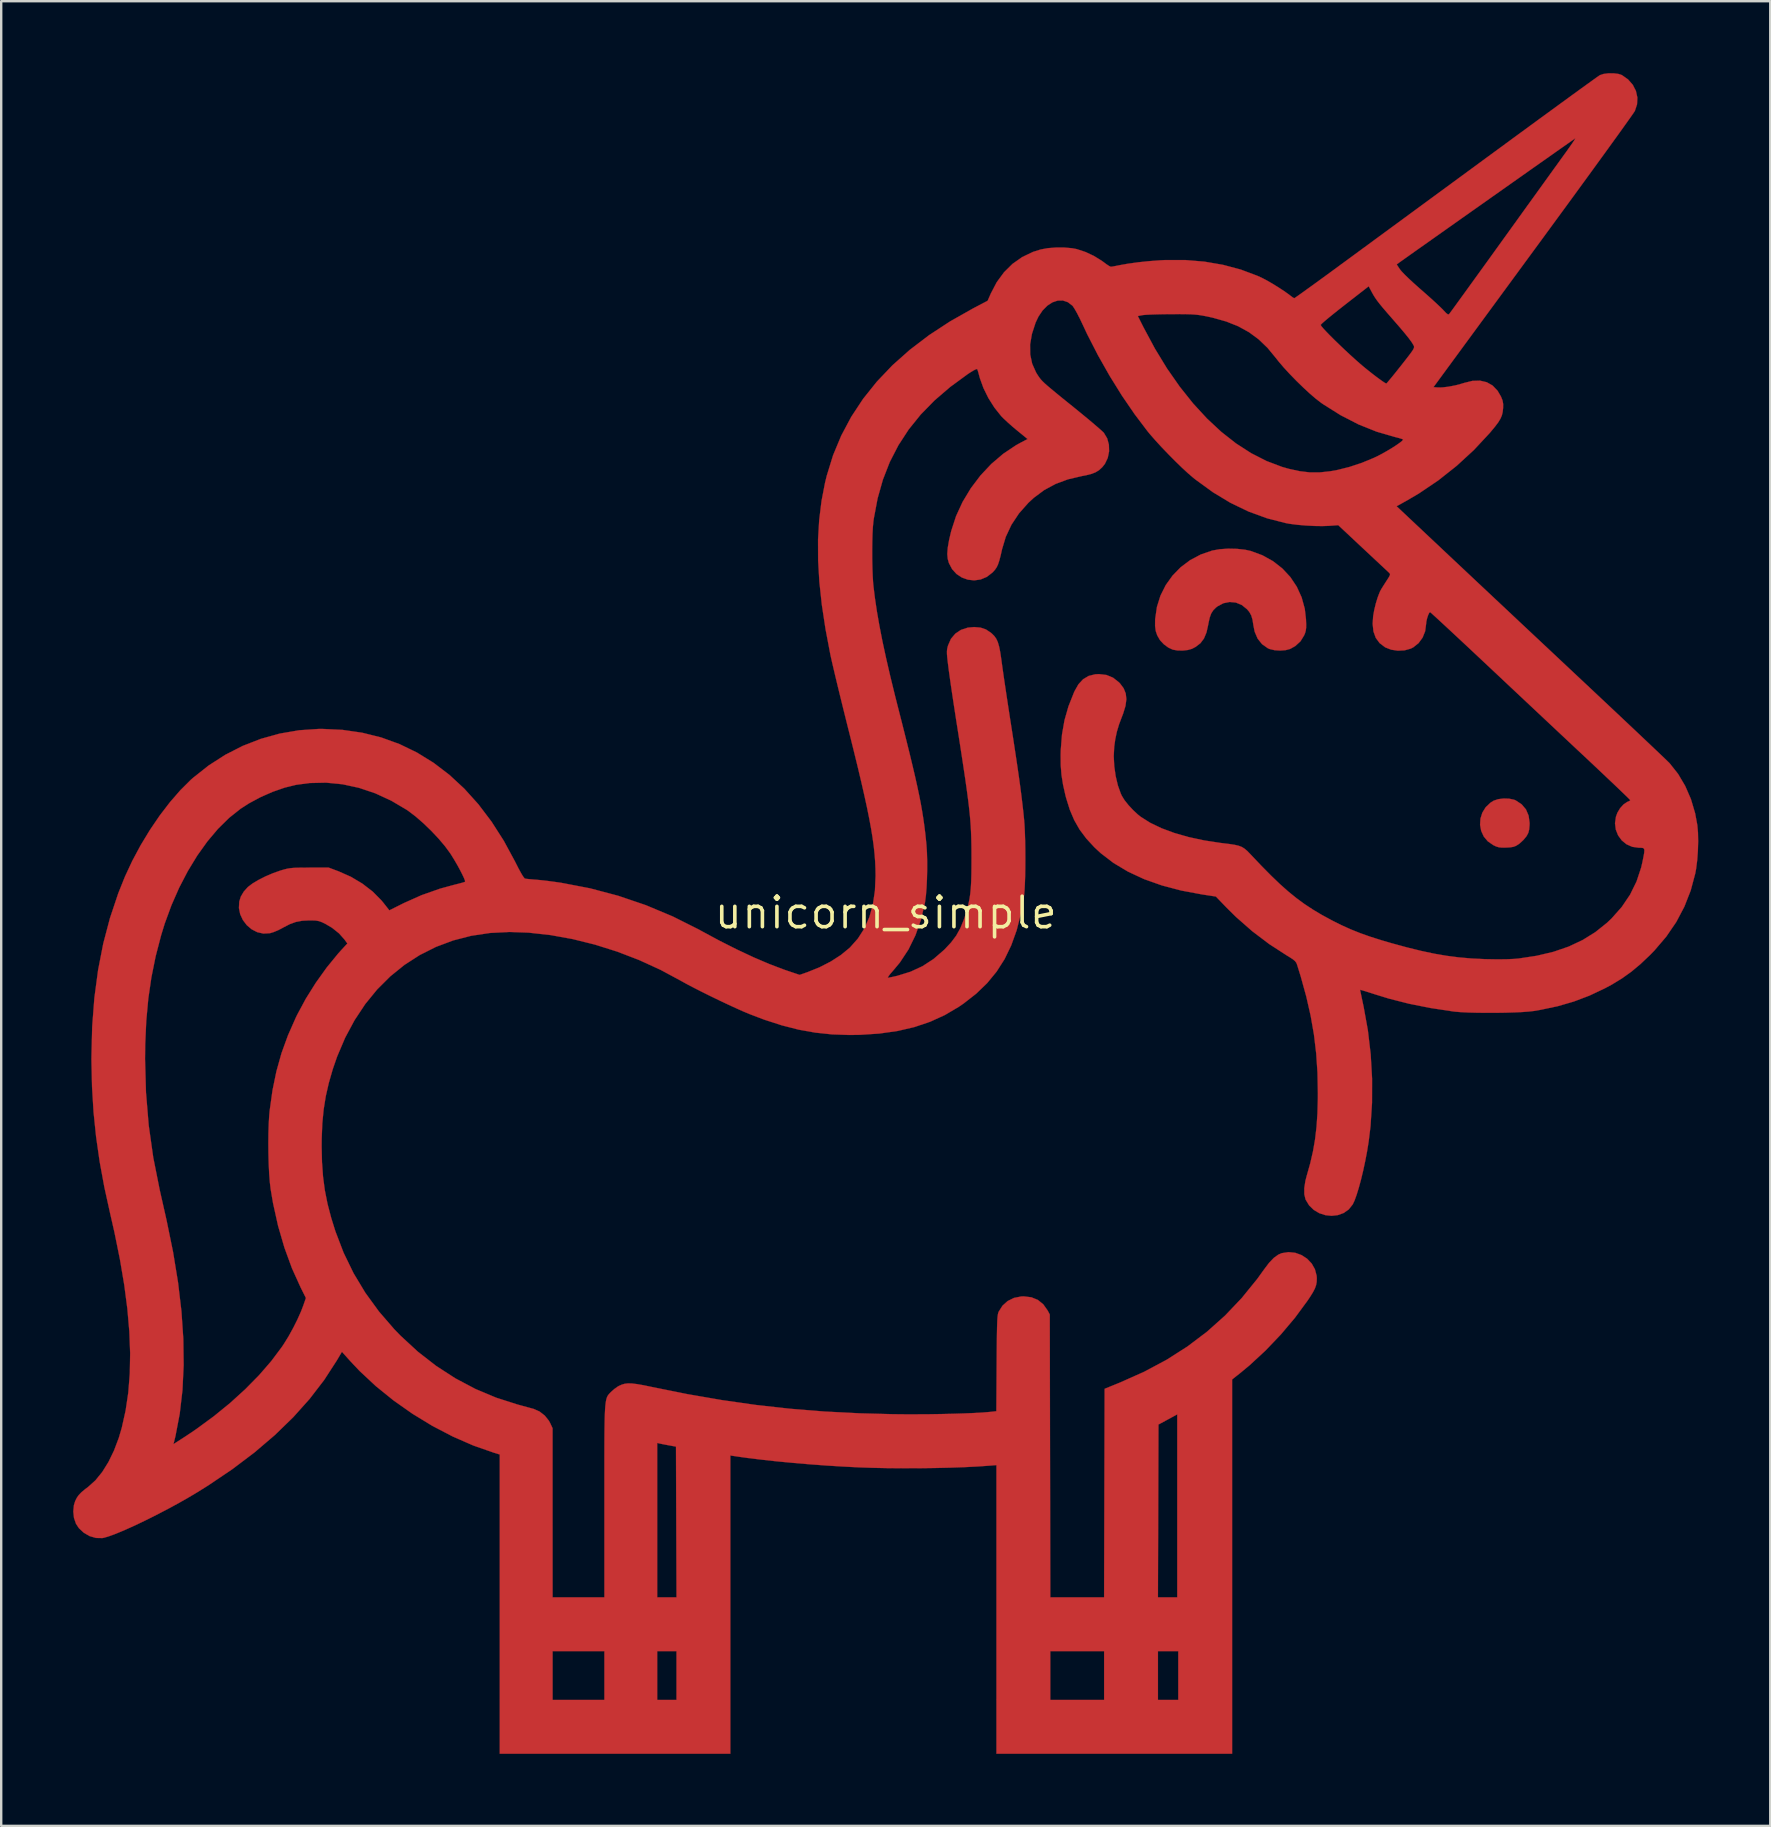
<source format=kicad_pcb>
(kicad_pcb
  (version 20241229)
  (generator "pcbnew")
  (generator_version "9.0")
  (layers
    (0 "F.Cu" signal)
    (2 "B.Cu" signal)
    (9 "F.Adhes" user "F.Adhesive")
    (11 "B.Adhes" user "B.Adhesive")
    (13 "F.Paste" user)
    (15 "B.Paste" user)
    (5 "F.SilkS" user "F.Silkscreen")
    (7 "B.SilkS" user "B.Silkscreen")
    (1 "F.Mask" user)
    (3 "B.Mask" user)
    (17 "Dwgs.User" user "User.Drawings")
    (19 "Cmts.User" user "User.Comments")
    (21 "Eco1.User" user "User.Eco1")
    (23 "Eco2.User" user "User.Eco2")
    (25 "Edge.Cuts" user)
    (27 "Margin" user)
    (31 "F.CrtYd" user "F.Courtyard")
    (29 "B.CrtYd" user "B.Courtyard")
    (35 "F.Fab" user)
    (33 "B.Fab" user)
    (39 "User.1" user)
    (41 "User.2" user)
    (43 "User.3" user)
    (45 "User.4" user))
  (footprint "unicorn_simple"
    (layer "F.Cu")
    (at 33.866 34.992)
    (property "Reference" "unicorn_simple" (at 0 0 0) (layer "F.SilkS") (effects (font (size 1.27 1.27) (thickness 0.15))))
    (attr through_hole)
    (fp_poly (pts (xy 25.982 -4.754) (xy 26.189 -4.711) (xy 26.253 -4.685) (xy 26.503 -4.52) (xy 26.684 -4.306) (xy 26.795 -4.045) (xy 26.835 -3.742) (xy 26.832 -3.645) (xy 26.816 -3.465) (xy 26.783 -3.334) (xy 26.723 -3.218) (xy 26.689 -3.167) (xy 26.572 -3.029) (xy 26.43 -2.897) (xy 26.38 -2.859) (xy 26.271 -2.79) (xy 26.166 -2.749) (xy 26.035 -2.727) (xy 25.873 -2.717) (xy 25.691 -2.714) (xy 25.56 -2.727) (xy 25.444 -2.761) (xy 25.325 -2.817) (xy 25.094 -2.976) (xy 24.924 -3.179) (xy 24.817 -3.414) (xy 24.771 -3.666) (xy 24.787 -3.923) (xy 24.865 -4.171) (xy 25.004 -4.397) (xy 25.204 -4.587) (xy 25.337 -4.67) (xy 25.521 -4.733) (xy 25.748 -4.762) (xy 25.982 -4.754)) (stroke (width 0.01) (type solid)) (fill yes) (layer "F.Cu"))
    (fp_poly (pts (xy 14.635 -15.167) (xy 14.977 -15.13) (xy 15.211 -15.079) (xy 15.699 -14.899) (xy 16.14 -14.654) (xy 16.529 -14.35) (xy 16.861 -13.994) (xy 17.131 -13.59) (xy 17.334 -13.146) (xy 17.465 -12.669) (xy 17.515 -12.233) (xy 17.523 -12.022) (xy 17.521 -11.872) (xy 17.506 -11.758) (xy 17.477 -11.654) (xy 17.441 -11.566) (xy 17.289 -11.317) (xy 17.069 -11.115) (xy 16.854 -10.995) (xy 16.668 -10.945) (xy 16.441 -10.928) (xy 16.207 -10.943) (xy 16.002 -10.991) (xy 15.929 -11.022) (xy 15.685 -11.194) (xy 15.5 -11.426) (xy 15.377 -11.712) (xy 15.324 -11.978) (xy 15.287 -12.214) (xy 15.234 -12.392) (xy 15.154 -12.537) (xy 15.057 -12.652) (xy 14.838 -12.828) (xy 14.592 -12.929) (xy 14.333 -12.953) (xy 14.074 -12.901) (xy 13.829 -12.771) (xy 13.767 -12.723) (xy 13.65 -12.606) (xy 13.564 -12.471) (xy 13.501 -12.297) (xy 13.45 -12.064) (xy 13.439 -11.999) (xy 13.368 -11.681) (xy 13.263 -11.43) (xy 13.116 -11.235) (xy 12.918 -11.082) (xy 12.764 -11.001) (xy 12.595 -10.952) (xy 12.382 -10.928) (xy 12.162 -10.932) (xy 11.972 -10.964) (xy 11.965 -10.966) (xy 11.778 -11.052) (xy 11.592 -11.189) (xy 11.441 -11.349) (xy 11.419 -11.381) (xy 11.315 -11.562) (xy 11.253 -11.744) (xy 11.226 -11.951) (xy 11.228 -12.21) (xy 11.231 -12.252) (xy 11.303 -12.748) (xy 11.451 -13.219) (xy 11.67 -13.656) (xy 11.954 -14.053) (xy 12.296 -14.403) (xy 12.69 -14.698) (xy 13.132 -14.932) (xy 13.61 -15.096) (xy 13.918 -15.151) (xy 14.271 -15.175) (xy 14.635 -15.167)) (stroke (width 0.01) (type solid)) (fill yes) (layer "F.Cu"))
    (fp_poly (pts (xy 30.531 -34.962) (xy 30.681 -34.913) (xy 30.938 -34.732) (xy 31.135 -34.508) (xy 31.266 -34.252) (xy 31.327 -33.976) (xy 31.313 -33.693) (xy 31.224 -33.422) (xy 31.188 -33.365) (xy 31.105 -33.244) (xy 30.976 -33.062) (xy 30.806 -32.823) (xy 30.597 -32.53) (xy 30.35 -32.188) (xy 30.07 -31.8) (xy 29.758 -31.37) (xy 29.418 -30.902) (xy 29.052 -30.399) (xy 28.663 -29.865) (xy 28.253 -29.304) (xy 27.825 -28.719) (xy 27.383 -28.115) (xy 26.975 -27.559) (xy 22.829 -21.907) (xy 23.003 -21.893) (xy 23.202 -21.895) (xy 23.452 -21.925) (xy 23.726 -21.977) (xy 23.996 -22.048) (xy 24.098 -22.08) (xy 24.449 -22.167) (xy 24.767 -22.177) (xy 25.05 -22.111) (xy 25.294 -21.972) (xy 25.499 -21.758) (xy 25.643 -21.512) (xy 25.707 -21.352) (xy 25.733 -21.207) (xy 25.731 -21.029) (xy 25.73 -21.026) (xy 25.713 -20.868) (xy 25.679 -20.727) (xy 25.619 -20.589) (xy 25.526 -20.437) (xy 25.391 -20.258) (xy 25.207 -20.036) (xy 25.17 -19.992) (xy 24.515 -19.289) (xy 23.795 -18.627) (xy 23.024 -18.017) (xy 22.216 -17.472) (xy 21.733 -17.188) (xy 21.292 -16.943) (xy 23.357 -15) (xy 23.68 -14.696) (xy 24.058 -14.341) (xy 24.482 -13.942) (xy 24.945 -13.507) (xy 25.44 -13.042) (xy 25.96 -12.554) (xy 26.495 -12.051) (xy 27.04 -11.54) (xy 27.586 -11.028) (xy 28.126 -10.521) (xy 28.652 -10.027) (xy 28.956 -9.742) (xy 29.422 -9.305) (xy 29.873 -8.881) (xy 30.305 -8.475) (xy 30.715 -8.089) (xy 31.097 -7.729) (xy 31.447 -7.398) (xy 31.762 -7.1) (xy 32.037 -6.839) (xy 32.269 -6.619) (xy 32.453 -6.444) (xy 32.584 -6.317) (xy 32.66 -6.243) (xy 32.672 -6.23) (xy 33.024 -5.786) (xy 33.321 -5.284) (xy 33.56 -4.734) (xy 33.734 -4.147) (xy 33.826 -3.65) (xy 33.853 -3.338) (xy 33.86 -2.972) (xy 33.849 -2.581) (xy 33.821 -2.193) (xy 33.776 -1.836) (xy 33.741 -1.643) (xy 33.55 -0.928) (xy 33.285 -0.253) (xy 32.947 0.387) (xy 32.531 0.995) (xy 32.037 1.574) (xy 31.859 1.757) (xy 31.459 2.136) (xy 31.075 2.457) (xy 30.683 2.737) (xy 30.26 2.995) (xy 29.963 3.154) (xy 29.327 3.454) (xy 28.681 3.699) (xy 28.006 3.895) (xy 27.28 4.048) (xy 27.009 4.094) (xy 26.796 4.118) (xy 26.515 4.139) (xy 26.182 4.154) (xy 25.812 4.165) (xy 25.422 4.171) (xy 25.028 4.171) (xy 24.646 4.167) (xy 24.291 4.158) (xy 23.981 4.143) (xy 23.73 4.123) (xy 23.664 4.115) (xy 22.702 3.969) (xy 21.808 3.791) (xy 20.968 3.577) (xy 20.373 3.394) (xy 20.163 3.326) (xy 19.985 3.27) (xy 19.853 3.231) (xy 19.78 3.212) (xy 19.77 3.212) (xy 19.778 3.257) (xy 19.802 3.371) (xy 19.837 3.54) (xy 19.881 3.749) (xy 19.917 3.916) (xy 20.094 4.895) (xy 20.212 5.9) (xy 20.27 6.914) (xy 20.268 7.92) (xy 20.205 8.898) (xy 20.126 9.546) (xy 20.062 9.942) (xy 19.985 10.343) (xy 19.901 10.737) (xy 19.811 11.112) (xy 19.719 11.453) (xy 19.628 11.749) (xy 19.542 11.988) (xy 19.464 12.155) (xy 19.461 12.159) (xy 19.295 12.367) (xy 19.085 12.514) (xy 18.844 12.601) (xy 18.586 12.631) (xy 18.324 12.604) (xy 18.071 12.522) (xy 17.841 12.386) (xy 17.647 12.198) (xy 17.503 11.96) (xy 17.496 11.945) (xy 17.446 11.736) (xy 17.445 11.473) (xy 17.491 11.173) (xy 17.543 10.973) (xy 17.691 10.448) (xy 17.807 9.944) (xy 17.894 9.442) (xy 17.955 8.921) (xy 17.993 8.363) (xy 18.01 7.749) (xy 18.011 7.514) (xy 17.995 6.671) (xy 17.941 5.867) (xy 17.848 5.082) (xy 17.711 4.298) (xy 17.529 3.497) (xy 17.298 2.66) (xy 17.141 2.155) (xy 17.108 2.078) (xy 17.053 2.009) (xy 16.962 1.934) (xy 16.818 1.841) (xy 16.709 1.775) (xy 15.983 1.305) (xy 15.274 0.768) (xy 14.603 0.179) (xy 14.214 -0.205) (xy 13.76 -0.676) (xy 13.191 -0.763) (xy 12.317 -0.926) (xy 11.51 -1.139) (xy 10.77 -1.401) (xy 10.099 -1.713) (xy 9.495 -2.074) (xy 8.961 -2.483) (xy 8.696 -2.729) (xy 8.358 -3.096) (xy 8.081 -3.466) (xy 7.856 -3.86) (xy 7.671 -4.295) (xy 7.517 -4.789) (xy 7.488 -4.902) (xy 7.39 -5.338) (xy 7.326 -5.741) (xy 7.294 -6.144) (xy 7.29 -6.581) (xy 7.296 -6.795) (xy 7.347 -7.434) (xy 7.452 -8.03) (xy 7.617 -8.606) (xy 7.848 -9.188) (xy 7.868 -9.233) (xy 8.031 -9.521) (xy 8.226 -9.732) (xy 8.457 -9.87) (xy 8.731 -9.938) (xy 8.89 -9.947) (xy 9.2 -9.91) (xy 9.476 -9.796) (xy 9.721 -9.603) (xy 9.763 -9.56) (xy 9.915 -9.356) (xy 10.003 -9.139) (xy 10.029 -8.898) (xy 9.993 -8.622) (xy 9.895 -8.301) (xy 9.852 -8.191) (xy 9.723 -7.848) (xy 9.631 -7.539) (xy 9.566 -7.229) (xy 9.522 -6.912) (xy 9.503 -6.523) (xy 9.524 -6.11) (xy 9.583 -5.696) (xy 9.675 -5.307) (xy 9.797 -4.966) (xy 9.843 -4.868) (xy 9.953 -4.691) (xy 10.114 -4.489) (xy 10.303 -4.285) (xy 10.501 -4.1) (xy 10.626 -4) (xy 11.021 -3.75) (xy 11.491 -3.524) (xy 12.028 -3.325) (xy 12.623 -3.154) (xy 13.271 -3.015) (xy 13.962 -2.909) (xy 14.047 -2.899) (xy 14.332 -2.864) (xy 14.549 -2.83) (xy 14.714 -2.791) (xy 14.845 -2.74) (xy 14.957 -2.67) (xy 15.068 -2.575) (xy 15.192 -2.447) (xy 15.219 -2.419) (xy 15.66 -1.954) (xy 16.06 -1.549) (xy 16.429 -1.195) (xy 16.779 -0.884) (xy 17.118 -0.609) (xy 17.457 -0.36) (xy 17.807 -0.13) (xy 18.176 0.09) (xy 18.576 0.307) (xy 18.627 0.334) (xy 19.01 0.525) (xy 19.385 0.694) (xy 19.77 0.848) (xy 20.184 0.995) (xy 20.648 1.142) (xy 21.067 1.265) (xy 21.719 1.443) (xy 22.312 1.589) (xy 22.861 1.706) (xy 23.383 1.795) (xy 23.894 1.861) (xy 24.412 1.906) (xy 24.952 1.932) (xy 25.04 1.934) (xy 25.487 1.942) (xy 25.878 1.938) (xy 26.203 1.923) (xy 26.374 1.908) (xy 27.134 1.793) (xy 27.829 1.628) (xy 28.465 1.41) (xy 29.045 1.137) (xy 29.575 0.808) (xy 30.06 0.42) (xy 30.253 0.237) (xy 30.676 -0.241) (xy 31.023 -0.754) (xy 31.292 -1.302) (xy 31.485 -1.884) (xy 31.537 -2.109) (xy 31.584 -2.344) (xy 31.613 -2.507) (xy 31.619 -2.613) (xy 31.6 -2.674) (xy 31.553 -2.701) (xy 31.475 -2.709) (xy 31.389 -2.709) (xy 31.114 -2.748) (xy 30.874 -2.854) (xy 30.674 -3.018) (xy 30.523 -3.226) (xy 30.428 -3.467) (xy 30.395 -3.729) (xy 30.433 -4.001) (xy 30.496 -4.172) (xy 30.609 -4.359) (xy 30.751 -4.515) (xy 30.902 -4.618) (xy 30.945 -4.635) (xy 31.014 -4.67) (xy 31.03 -4.693) (xy 31 -4.727) (xy 30.914 -4.813) (xy 30.776 -4.947) (xy 30.593 -5.123) (xy 30.37 -5.336) (xy 30.111 -5.581) (xy 29.824 -5.853) (xy 29.512 -6.147) (xy 29.221 -6.421) (xy 28.868 -6.751) (xy 28.465 -7.129) (xy 28.022 -7.545) (xy 27.551 -7.987) (xy 27.063 -8.445) (xy 26.569 -8.909) (xy 26.079 -9.369) (xy 25.606 -9.814) (xy 25.16 -10.233) (xy 25.063 -10.324) (xy 24.688 -10.676) (xy 24.331 -11.011) (xy 23.996 -11.324) (xy 23.688 -11.611) (xy 23.413 -11.867) (xy 23.175 -12.088) (xy 22.978 -12.269) (xy 22.828 -12.406) (xy 22.73 -12.495) (xy 22.688 -12.53) (xy 22.686 -12.531) (xy 22.648 -12.493) (xy 22.604 -12.398) (xy 22.563 -12.271) (xy 22.532 -12.137) (xy 22.521 -12.029) (xy 22.483 -11.736) (xy 22.375 -11.467) (xy 22.207 -11.237) (xy 21.987 -11.062) (xy 21.879 -11.008) (xy 21.625 -10.937) (xy 21.344 -10.923) (xy 21.067 -10.964) (xy 20.824 -11.058) (xy 20.811 -11.066) (xy 20.584 -11.239) (xy 20.423 -11.458) (xy 20.327 -11.725) (xy 20.294 -12.045) (xy 20.315 -12.362) (xy 20.36 -12.618) (xy 20.426 -12.891) (xy 20.506 -13.151) (xy 20.59 -13.367) (xy 20.618 -13.425) (xy 20.665 -13.508) (xy 20.745 -13.636) (xy 20.841 -13.785) (xy 20.86 -13.815) (xy 20.953 -13.958) (xy 21.004 -14.049) (xy 21.019 -14.106) (xy 21.004 -14.146) (xy 20.971 -14.179) (xy 20.922 -14.225) (xy 20.818 -14.322) (xy 20.669 -14.461) (xy 20.482 -14.636) (xy 20.265 -14.839) (xy 20.026 -15.062) (xy 19.875 -15.203) (xy 18.86 -16.154) (xy 18.479 -16.126) (xy 18.195 -16.116) (xy 17.859 -16.121) (xy 17.502 -16.14) (xy 17.152 -16.17) (xy 16.84 -16.21) (xy 16.688 -16.237) (xy 15.898 -16.439) (xy 15.127 -16.72) (xy 14.373 -17.082) (xy 13.636 -17.527) (xy 12.912 -18.054) (xy 12.806 -18.139) (xy 12.593 -18.322) (xy 12.341 -18.555) (xy 12.065 -18.823) (xy 11.78 -19.111) (xy 11.5 -19.403) (xy 11.242 -19.684) (xy 11.019 -19.939) (xy 10.914 -20.066) (xy 10.375 -20.778) (xy 9.842 -21.557) (xy 9.328 -22.385) (xy 8.843 -23.242) (xy 8.397 -24.112) (xy 8.187 -24.56) (xy 8.08 -24.784) (xy 8.035 -24.871) (xy 10.506 -24.871) (xy 10.74 -24.405) (xy 11.217 -23.515) (xy 11.722 -22.686) (xy 12.255 -21.923) (xy 12.811 -21.226) (xy 13.389 -20.598) (xy 13.986 -20.042) (xy 14.6 -19.56) (xy 15.228 -19.155) (xy 15.868 -18.828) (xy 16.518 -18.582) (xy 16.807 -18.5) (xy 17.258 -18.402) (xy 17.676 -18.353) (xy 18.088 -18.353) (xy 18.523 -18.4) (xy 18.832 -18.456) (xy 19.322 -18.579) (xy 19.831 -18.747) (xy 20.32 -18.948) (xy 20.507 -19.036) (xy 20.706 -19.141) (xy 20.909 -19.256) (xy 21.105 -19.374) (xy 21.281 -19.488) (xy 21.424 -19.588) (xy 21.522 -19.667) (xy 21.564 -19.717) (xy 21.562 -19.726) (xy 21.506 -19.75) (xy 21.391 -19.786) (xy 21.239 -19.825) (xy 21.215 -19.831) (xy 20.459 -20.051) (xy 19.706 -20.353) (xy 18.963 -20.735) (xy 18.235 -21.192) (xy 18.15 -21.251) (xy 17.932 -21.418) (xy 17.677 -21.637) (xy 17.4 -21.893) (xy 17.115 -22.17) (xy 16.838 -22.455) (xy 16.584 -22.731) (xy 16.368 -22.985) (xy 16.265 -23.117) (xy 15.916 -23.54) (xy 15.545 -23.897) (xy 15.142 -24.195) (xy 14.696 -24.441) (xy 14.547 -24.501) (xy 18.127 -24.501) (xy 18.153 -24.453) (xy 18.233 -24.357) (xy 18.36 -24.22) (xy 18.524 -24.051) (xy 18.717 -23.859) (xy 18.932 -23.651) (xy 19.159 -23.435) (xy 19.39 -23.221) (xy 19.617 -23.016) (xy 19.758 -22.892) (xy 19.931 -22.745) (xy 20.12 -22.592) (xy 20.311 -22.441) (xy 20.492 -22.304) (xy 20.651 -22.188) (xy 20.774 -22.104) (xy 20.85 -22.061) (xy 20.864 -22.058) (xy 20.897 -22.09) (xy 20.974 -22.18) (xy 21.088 -22.317) (xy 21.23 -22.492) (xy 21.393 -22.697) (xy 21.474 -22.799) (xy 21.663 -23.04) (xy 21.805 -23.223) (xy 21.906 -23.358) (xy 21.972 -23.456) (xy 22.008 -23.524) (xy 22.021 -23.574) (xy 22.016 -23.614) (xy 21.998 -23.653) (xy 21.995 -23.658) (xy 21.925 -23.774) (xy 21.81 -23.932) (xy 21.648 -24.135) (xy 21.435 -24.388) (xy 21.167 -24.697) (xy 21.126 -24.744) (xy 20.901 -25.002) (xy 20.724 -25.208) (xy 20.586 -25.376) (xy 20.479 -25.515) (xy 20.394 -25.637) (xy 20.321 -25.754) (xy 20.26 -25.865) (xy 20.129 -26.11) (xy 19.135 -25.337) (xy 18.883 -25.139) (xy 18.654 -24.956) (xy 18.456 -24.795) (xy 18.297 -24.662) (xy 18.186 -24.564) (xy 18.132 -24.509) (xy 18.127 -24.501) (xy 14.547 -24.501) (xy 14.197 -24.641) (xy 13.634 -24.8) (xy 13.367 -24.859) (xy 13.201 -24.89) (xy 13.049 -24.914) (xy 12.895 -24.931) (xy 12.722 -24.942) (xy 12.514 -24.948) (xy 12.256 -24.951) (xy 11.931 -24.95) (xy 11.896 -24.95) (xy 11.601 -24.947) (xy 11.324 -24.941) (xy 11.078 -24.933) (xy 10.88 -24.924) (xy 10.744 -24.913) (xy 10.703 -24.908) (xy 10.506 -24.871) (xy 8.035 -24.871) (xy 7.974 -24.99) (xy 7.878 -25.159) (xy 7.803 -25.275) (xy 7.778 -25.304) (xy 7.589 -25.449) (xy 7.382 -25.518) (xy 7.165 -25.514) (xy 6.947 -25.441) (xy 6.735 -25.303) (xy 6.538 -25.104) (xy 6.365 -24.847) (xy 6.246 -24.596) (xy 6.093 -24.125) (xy 6.017 -23.684) (xy 6.021 -23.271) (xy 6.103 -22.884) (xy 6.264 -22.522) (xy 6.326 -22.42) (xy 6.374 -22.348) (xy 6.421 -22.282) (xy 6.475 -22.216) (xy 6.542 -22.145) (xy 6.628 -22.062) (xy 6.742 -21.961) (xy 6.889 -21.837) (xy 7.076 -21.682) (xy 7.31 -21.49) (xy 7.598 -21.257) (xy 7.861 -21.045) (xy 8.131 -20.825) (xy 8.385 -20.616) (xy 8.613 -20.425) (xy 8.808 -20.259) (xy 8.96 -20.126) (xy 9.06 -20.034) (xy 9.093 -20) (xy 9.23 -19.771) (xy 9.301 -19.508) (xy 9.309 -19.231) (xy 9.253 -18.958) (xy 9.135 -18.71) (xy 9.025 -18.571) (xy 8.896 -18.452) (xy 8.754 -18.362) (xy 8.581 -18.293) (xy 8.355 -18.235) (xy 8.172 -18.2) (xy 7.597 -18.065) (xy 7.078 -17.873) (xy 6.606 -17.618) (xy 6.173 -17.296) (xy 5.942 -17.083) (xy 5.553 -16.644) (xy 5.239 -16.171) (xy 5.003 -15.668) (xy 4.849 -15.155) (xy 4.787 -14.881) (xy 4.732 -14.674) (xy 4.68 -14.518) (xy 4.623 -14.398) (xy 4.554 -14.297) (xy 4.468 -14.2) (xy 4.445 -14.178) (xy 4.212 -13.998) (xy 3.956 -13.891) (xy 3.689 -13.853) (xy 3.424 -13.882) (xy 3.174 -13.972) (xy 2.95 -14.12) (xy 2.766 -14.322) (xy 2.633 -14.575) (xy 2.584 -14.748) (xy 2.566 -14.951) (xy 2.585 -15.214) (xy 2.642 -15.542) (xy 2.73 -15.914) (xy 2.93 -16.529) (xy 3.205 -17.126) (xy 3.547 -17.693) (xy 3.947 -18.222) (xy 4.399 -18.704) (xy 4.895 -19.127) (xy 5.426 -19.483) (xy 5.638 -19.6) (xy 5.913 -19.743) (xy 5.464 -20.11) (xy 5.275 -20.268) (xy 5.09 -20.433) (xy 4.928 -20.583) (xy 4.811 -20.701) (xy 4.808 -20.705) (xy 4.528 -21.057) (xy 4.278 -21.453) (xy 4.072 -21.87) (xy 3.924 -22.28) (xy 3.893 -22.394) (xy 3.857 -22.528) (xy 3.825 -22.627) (xy 3.808 -22.662) (xy 3.763 -22.654) (xy 3.666 -22.606) (xy 3.531 -22.525) (xy 3.424 -22.455) (xy 2.689 -21.917) (xy 2.034 -21.354) (xy 1.456 -20.763) (xy 0.954 -20.14) (xy 0.526 -19.482) (xy 0.168 -18.786) (xy -0.119 -18.049) (xy -0.34 -17.267) (xy -0.496 -16.438) (xy -0.515 -16.298) (xy -0.536 -16.077) (xy -0.552 -15.79) (xy -0.561 -15.457) (xy -0.565 -15.095) (xy -0.564 -14.724) (xy -0.556 -14.362) (xy -0.543 -14.028) (xy -0.525 -13.742) (xy -0.514 -13.631) (xy -0.45 -13.107) (xy -0.367 -12.551) (xy -0.263 -11.957) (xy -0.138 -11.317) (xy 0.012 -10.623) (xy 0.186 -9.869) (xy 0.387 -9.047) (xy 0.507 -8.572) (xy 0.689 -7.86) (xy 0.849 -7.222) (xy 0.991 -6.651) (xy 1.114 -6.14) (xy 1.222 -5.681) (xy 1.314 -5.267) (xy 1.394 -4.89) (xy 1.462 -4.544) (xy 1.519 -4.221) (xy 1.568 -3.913) (xy 1.61 -3.614) (xy 1.647 -3.315) (xy 1.679 -3.01) (xy 1.697 -2.82) (xy 1.717 -2.514) (xy 1.727 -2.162) (xy 1.727 -1.787) (xy 1.718 -1.408) (xy 1.701 -1.047) (xy 1.675 -0.725) (xy 1.641 -0.462) (xy 1.635 -0.423) (xy 1.47 0.284) (xy 1.24 0.935) (xy 0.947 1.532) (xy 0.59 2.073) (xy 0.297 2.424) (xy 0.189 2.547) (xy 0.116 2.644) (xy 0.086 2.7) (xy 0.091 2.709) (xy 0.157 2.699) (xy 0.281 2.674) (xy 0.44 2.638) (xy 0.487 2.627) (xy 1.033 2.458) (xy 1.531 2.228) (xy 1.991 1.929) (xy 2.427 1.553) (xy 2.457 1.524) (xy 2.725 1.237) (xy 2.937 0.954) (xy 3.106 0.65) (xy 3.25 0.3) (xy 3.317 0.1) (xy 3.388 -0.137) (xy 3.445 -0.355) (xy 3.489 -0.567) (xy 3.523 -0.788) (xy 3.546 -1.031) (xy 3.562 -1.31) (xy 3.571 -1.638) (xy 3.574 -2.03) (xy 3.575 -2.286) (xy 3.574 -2.58) (xy 3.571 -2.852) (xy 3.565 -3.109) (xy 3.556 -3.359) (xy 3.543 -3.61) (xy 3.524 -3.867) (xy 3.499 -4.14) (xy 3.467 -4.434) (xy 3.427 -4.758) (xy 3.379 -5.119) (xy 3.322 -5.524) (xy 3.254 -5.981) (xy 3.176 -6.496) (xy 3.086 -7.078) (xy 2.983 -7.734) (xy 2.944 -7.979) (xy 2.885 -8.363) (xy 2.825 -8.755) (xy 2.767 -9.138) (xy 2.714 -9.497) (xy 2.669 -9.814) (xy 2.633 -10.072) (xy 2.619 -10.181) (xy 2.586 -10.445) (xy 2.564 -10.642) (xy 2.552 -10.786) (xy 2.551 -10.895) (xy 2.559 -10.984) (xy 2.577 -11.069) (xy 2.599 -11.146) (xy 2.718 -11.416) (xy 2.9 -11.632) (xy 3.136 -11.79) (xy 3.419 -11.883) (xy 3.683 -11.907) (xy 3.951 -11.884) (xy 4.174 -11.809) (xy 4.382 -11.671) (xy 4.423 -11.636) (xy 4.526 -11.533) (xy 4.608 -11.417) (xy 4.673 -11.274) (xy 4.727 -11.089) (xy 4.774 -10.851) (xy 4.819 -10.545) (xy 4.829 -10.468) (xy 4.854 -10.286) (xy 4.89 -10.033) (xy 4.935 -9.72) (xy 4.989 -9.359) (xy 5.048 -8.964) (xy 5.112 -8.544) (xy 5.178 -8.114) (xy 5.229 -7.789) (xy 5.327 -7.157) (xy 5.412 -6.597) (xy 5.486 -6.101) (xy 5.55 -5.659) (xy 5.605 -5.259) (xy 5.653 -4.892) (xy 5.694 -4.549) (xy 5.732 -4.218) (xy 5.765 -3.895) (xy 5.784 -3.65) (xy 5.799 -3.347) (xy 5.81 -3.003) (xy 5.816 -2.632) (xy 5.818 -2.251) (xy 5.816 -1.874) (xy 5.81 -1.518) (xy 5.799 -1.199) (xy 5.785 -0.931) (xy 5.766 -0.732) (xy 5.764 -0.72) (xy 5.633 0.038) (xy 5.457 0.729) (xy 5.231 1.358) (xy 4.954 1.931) (xy 4.62 2.454) (xy 4.227 2.932) (xy 3.771 3.372) (xy 3.249 3.78) (xy 3.04 3.923) (xy 2.462 4.264) (xy 1.847 4.544) (xy 1.191 4.765) (xy 0.488 4.928) (xy -0.267 5.035) (xy -1.081 5.088) (xy -1.524 5.094) (xy -2.239 5.069) (xy -2.935 4.996) (xy -3.628 4.872) (xy -4.333 4.692) (xy -5.066 4.455) (xy -5.673 4.224) (xy -5.924 4.119) (xy -6.229 3.983) (xy -6.572 3.825) (xy -6.937 3.652) (xy -7.307 3.473) (xy -7.666 3.295) (xy -7.998 3.126) (xy -8.286 2.975) (xy -8.514 2.849) (xy -8.529 2.84) (xy -9.382 2.381) (xy -10.272 1.973) (xy -11.188 1.621) (xy -12.118 1.328) (xy -13.052 1.096) (xy -13.977 0.929) (xy -14.884 0.829) (xy -15.674 0.801) (xy -16.491 0.842) (xy -17.278 0.96) (xy -18.03 1.154) (xy -18.745 1.422) (xy -19.422 1.762) (xy -20.058 2.172) (xy -20.649 2.65) (xy -21.195 3.194) (xy -21.692 3.803) (xy -22.137 4.474) (xy -22.53 5.206) (xy -22.866 5.996) (xy -23.047 6.519) (xy -23.212 7.092) (xy -23.338 7.644) (xy -23.427 8.2) (xy -23.483 8.78) (xy -23.508 9.408) (xy -23.511 9.737) (xy -23.496 10.393) (xy -23.453 10.994) (xy -23.378 11.565) (xy -23.266 12.129) (xy -23.113 12.714) (xy -22.939 13.271) (xy -22.598 14.164) (xy -22.182 15.021) (xy -21.689 15.84) (xy -21.121 16.621) (xy -20.479 17.364) (xy -20.216 17.634) (xy -19.496 18.298) (xy -18.735 18.889) (xy -17.936 19.406) (xy -17.101 19.848) (xy -16.234 20.212) (xy -15.36 20.492) (xy -15.145 20.551) (xy -14.937 20.608) (xy -14.763 20.655) (xy -14.667 20.681) (xy -14.428 20.788) (xy -14.21 20.958) (xy -14.038 21.173) (xy -13.986 21.27) (xy -13.886 21.484) (xy -13.886 25.008) (xy -13.885 28.533) (xy -11.726 28.533) (xy -9.525 28.533) (xy -8.72 28.533) (xy -8.731 25.392) (xy -8.742 22.251) (xy -9.038 22.197) (xy -9.201 22.166) (xy -9.342 22.139) (xy -9.43 22.12) (xy -9.525 22.096) (xy -9.525 28.533) (xy -11.726 28.533) (xy -11.726 24.519) (xy -11.726 23.825) (xy -11.726 23.21) (xy -11.726 22.67) (xy -11.725 22.2) (xy -11.723 21.793) (xy -11.719 21.445) (xy -11.714 21.151) (xy -11.707 20.905) (xy -11.697 20.702) (xy -11.685 20.538) (xy -11.669 20.406) (xy -11.651 20.303) (xy -11.629 20.222) (xy -11.602 20.158) (xy -11.572 20.107) (xy -11.537 20.063) (xy -11.497 20.02) (xy -11.452 19.975) (xy -11.442 19.965) (xy -11.314 19.851) (xy -11.174 19.751) (xy -11.123 19.722) (xy -11 19.667) (xy -10.875 19.631) (xy -10.736 19.615) (xy -10.569 19.62) (xy -10.361 19.646) (xy -10.097 19.692) (xy -9.766 19.761) (xy -9.756 19.763) (xy -8.273 20.062) (xy -6.831 20.311) (xy -5.41 20.514) (xy -3.99 20.672) (xy -2.552 20.788) (xy -1.075 20.863) (xy 0.296 20.899) (xy 0.791 20.904) (xy 1.301 20.904) (xy 1.815 20.901) (xy 2.319 20.893) (xy 2.803 20.882) (xy 3.254 20.868) (xy 3.661 20.851) (xy 4.012 20.832) (xy 4.295 20.809) (xy 4.39 20.8) (xy 4.61 20.775) (xy 4.623 18.78) (xy 4.626 18.308) (xy 4.63 17.914) (xy 4.634 17.589) (xy 4.639 17.327) (xy 4.645 17.119) (xy 4.652 16.959) (xy 4.661 16.838) (xy 4.673 16.749) (xy 4.686 16.686) (xy 4.702 16.639) (xy 4.704 16.634) (xy 4.864 16.379) (xy 5.08 16.184) (xy 5.344 16.053) (xy 5.647 15.993) (xy 5.757 15.989) (xy 6.071 16.027) (xy 6.341 16.137) (xy 6.565 16.319) (xy 6.745 16.572) (xy 6.745 16.573) (xy 6.837 16.743) (xy 6.848 22.638) (xy 6.859 28.533) (xy 9.101 28.533) (xy 11.345 28.533) (xy 12.15 28.533) (xy 12.15 20.906) (xy 11.758 21.119) (xy 11.367 21.331) (xy 11.345 28.533) (xy 9.101 28.533) (xy 9.112 24.187) (xy 9.123 19.841) (xy 9.779 19.574) (xy 10.775 19.129) (xy 11.707 18.631) (xy 12.577 18.076) (xy 13.387 17.464) (xy 14.14 16.792) (xy 14.837 16.059) (xy 15.483 15.263) (xy 15.766 14.87) (xy 15.978 14.59) (xy 16.174 14.385) (xy 16.361 14.25) (xy 16.504 14.188) (xy 16.789 14.144) (xy 17.068 14.173) (xy 17.33 14.268) (xy 17.562 14.419) (xy 17.752 14.619) (xy 17.888 14.859) (xy 17.959 15.129) (xy 17.966 15.236) (xy 17.961 15.385) (xy 17.937 15.52) (xy 17.887 15.659) (xy 17.804 15.82) (xy 17.68 16.018) (xy 17.577 16.171) (xy 17.057 16.878) (xy 16.47 17.574) (xy 15.836 18.239) (xy 15.171 18.854) (xy 14.764 19.192) (xy 14.436 19.452) (xy 14.436 27.252) (xy 14.436 35.052) (xy 4.614 35.052) (xy 4.614 30.776) (xy 6.858 30.776) (xy 6.858 32.808) (xy 9.102 32.808) (xy 9.102 30.776) (xy 11.345 30.776) (xy 11.345 32.808) (xy 12.192 32.808) (xy 12.192 30.776) (xy 11.345 30.776) (xy 9.102 30.776) (xy 6.858 30.776) (xy 4.614 30.776) (xy 4.614 23.021) (xy 4.286 23.047) (xy 3.809 23.08) (xy 3.264 23.107) (xy 2.666 23.128) (xy 2.032 23.142) (xy 1.378 23.151) (xy 0.72 23.152) (xy 0.074 23.147) (xy -0.544 23.134) (xy -1.117 23.115) (xy -1.143 23.114) (xy -1.807 23.08) (xy -2.497 23.037) (xy -3.197 22.985) (xy -3.89 22.926) (xy -4.56 22.862) (xy -5.19 22.793) (xy -5.763 22.723) (xy -6.107 22.675) (xy -6.477 22.62) (xy -6.477 35.052) (xy -16.087 35.052) (xy -16.087 30.776) (xy -13.885 30.776) (xy -13.885 32.808) (xy -11.726 32.808) (xy -11.726 30.776) (xy -9.525 30.776) (xy -9.525 32.808) (xy -8.721 32.808) (xy -8.721 30.776) (xy -9.525 30.776) (xy -11.726 30.776) (xy -13.885 30.776) (xy -16.087 30.776) (xy -16.087 22.579) (xy -16.33 22.505) (xy -17.188 22.205) (xy -18.048 21.829) (xy -18.897 21.386) (xy -19.722 20.883) (xy -20.511 20.328) (xy -21.251 19.73) (xy -21.93 19.096) (xy -22.307 18.697) (xy -22.665 18.299) (xy -22.881 18.664) (xy -23.406 19.474) (xy -24.011 20.261) (xy -24.696 21.026) (xy -25.462 21.769) (xy -26.308 22.492) (xy -27.236 23.193) (xy -28.245 23.873) (xy -28.702 24.158) (xy -29.075 24.38) (xy -29.471 24.605) (xy -29.883 24.829) (xy -30.3 25.047) (xy -30.713 25.256) (xy -31.114 25.451) (xy -31.491 25.626) (xy -31.837 25.778) (xy -32.142 25.903) (xy -32.397 25.995) (xy -32.591 26.051) (xy -32.652 26.062) (xy -32.916 26.057) (xy -33.179 25.981) (xy -33.422 25.842) (xy -33.626 25.652) (xy -33.749 25.466) (xy -33.832 25.226) (xy -33.861 24.955) (xy -33.835 24.689) (xy -33.784 24.525) (xy -33.717 24.389) (xy -33.636 24.272) (xy -33.525 24.156) (xy -33.367 24.024) (xy -33.235 23.924) (xy -32.936 23.654) (xy -32.655 23.308) (xy -32.397 22.894) (xy -32.166 22.418) (xy -31.966 21.89) (xy -31.84 21.463) (xy -31.681 20.75) (xy -31.569 19.997) (xy -31.506 19.2) (xy -31.491 18.356) (xy -31.525 17.461) (xy -31.607 16.513) (xy -31.738 15.508) (xy -31.918 14.443) (xy -32.147 13.315) (xy -32.321 12.552) (xy -32.566 11.441) (xy -32.762 10.376) (xy -32.911 9.337) (xy -33.017 8.303) (xy -33.08 7.255) (xy -33.104 6.17) (xy -33.104 6.096) (xy -30.871 6.096) (xy -30.832 7.487) (xy -30.719 8.851) (xy -30.528 10.205) (xy -30.257 11.564) (xy -30.249 11.599) (xy -30.201 11.813) (xy -30.14 12.081) (xy -30.073 12.378) (xy -30.006 12.674) (xy -29.972 12.827) (xy -29.702 14.144) (xy -29.496 15.405) (xy -29.354 16.61) (xy -29.276 17.76) (xy -29.262 18.855) (xy -29.311 19.894) (xy -29.425 20.877) (xy -29.602 21.805) (xy -29.656 22.027) (xy -29.686 22.147) (xy -29.374 21.947) (xy -29.187 21.826) (xy -28.972 21.683) (xy -28.767 21.543) (xy -28.723 21.513) (xy -28.003 20.985) (xy -27.323 20.431) (xy -26.692 19.857) (xy -26.117 19.272) (xy -25.608 18.684) (xy -25.172 18.102) (xy -25.085 17.972) (xy -24.892 17.66) (xy -24.7 17.312) (xy -24.521 16.956) (xy -24.37 16.618) (xy -24.278 16.378) (xy -24.166 16.056) (xy -24.386 15.616) (xy -24.747 14.819) (xy -25.061 13.96) (xy -25.326 13.051) (xy -25.536 12.105) (xy -25.636 11.515) (xy -25.67 11.227) (xy -25.697 10.874) (xy -25.716 10.474) (xy -25.728 10.047) (xy -25.732 9.61) (xy -25.728 9.183) (xy -25.715 8.784) (xy -25.694 8.432) (xy -25.677 8.25) (xy -25.559 7.403) (xy -25.396 6.611) (xy -25.184 5.854) (xy -24.915 5.113) (xy -24.585 4.366) (xy -24.528 4.249) (xy -24.17 3.583) (xy -23.754 2.919) (xy -23.298 2.282) (xy -22.819 1.697) (xy -22.664 1.525) (xy -22.438 1.281) (xy -22.558 1.116) (xy -22.785 0.86) (xy -23.074 0.629) (xy -23.356 0.462) (xy -23.504 0.391) (xy -23.625 0.348) (xy -23.749 0.326) (xy -23.908 0.318) (xy -24.024 0.318) (xy -24.322 0.333) (xy -24.585 0.383) (xy -24.843 0.477) (xy -25.125 0.623) (xy -25.155 0.641) (xy -25.33 0.731) (xy -25.515 0.807) (xy -25.668 0.853) (xy -25.939 0.867) (xy -26.196 0.809) (xy -26.43 0.688) (xy -26.632 0.516) (xy -26.793 0.303) (xy -26.905 0.062) (xy -26.958 -0.198) (xy -26.944 -0.465) (xy -26.881 -0.67) (xy -26.758 -0.879) (xy -26.584 -1.073) (xy -26.579 -1.077) (xy -26.392 -1.219) (xy -26.142 -1.368) (xy -25.852 -1.515) (xy -25.541 -1.648) (xy -25.23 -1.758) (xy -25.209 -1.764) (xy -25.07 -1.805) (xy -24.949 -1.835) (xy -24.828 -1.856) (xy -24.691 -1.869) (xy -24.52 -1.877) (xy -24.298 -1.88) (xy -24.024 -1.881) (xy -23.22 -1.882) (xy -22.803 -1.726) (xy -22.291 -1.499) (xy -21.814 -1.215) (xy -21.386 -0.885) (xy -21.022 -0.518) (xy -20.934 -0.412) (xy -20.689 -0.1) (xy -20.086 -0.402) (xy -19.348 -0.732) (xy -18.573 -1.005) (xy -17.996 -1.162) (xy -17.814 -1.208) (xy -17.664 -1.248) (xy -17.564 -1.278) (xy -17.533 -1.291) (xy -17.537 -1.342) (xy -17.579 -1.45) (xy -17.652 -1.605) (xy -17.747 -1.79) (xy -17.859 -1.995) (xy -17.981 -2.204) (xy -18.104 -2.404) (xy -18.151 -2.477) (xy -18.368 -2.773) (xy -18.64 -3.094) (xy -18.947 -3.42) (xy -19.272 -3.733) (xy -19.596 -4.015) (xy -19.901 -4.247) (xy -19.961 -4.288) (xy -20.611 -4.672) (xy -21.277 -4.979) (xy -21.955 -5.207) (xy -22.64 -5.355) (xy -23.327 -5.422) (xy -24.012 -5.407) (xy -24.575 -5.332) (xy -25.05 -5.215) (xy -25.551 -5.041) (xy -26.054 -4.82) (xy -26.532 -4.564) (xy -26.889 -4.335) (xy -27.367 -3.955) (xy -27.831 -3.498) (xy -28.275 -2.971) (xy -28.696 -2.382) (xy -29.088 -1.738) (xy -29.448 -1.046) (xy -29.77 -0.314) (xy -30.051 0.451) (xy -30.204 0.95) (xy -30.429 1.815) (xy -30.605 2.686) (xy -30.735 3.577) (xy -30.82 4.504) (xy -30.864 5.481) (xy -30.871 6.096) (xy -33.104 6.096) (xy -33.104 6.011) (xy -33.074 4.75) (xy -32.982 3.544) (xy -32.828 2.389) (xy -32.612 1.281) (xy -32.331 0.216) (xy -31.987 -0.811) (xy -31.708 -1.507) (xy -31.402 -2.164) (xy -31.053 -2.815) (xy -30.67 -3.447) (xy -30.261 -4.049) (xy -29.834 -4.606) (xy -29.399 -5.107) (xy -28.964 -5.54) (xy -28.875 -5.619) (xy -28.221 -6.137) (xy -27.527 -6.583) (xy -26.798 -6.955) (xy -26.038 -7.25) (xy -25.253 -7.468) (xy -24.448 -7.606) (xy -23.629 -7.661) (xy -23.491 -7.662) (xy -22.641 -7.622) (xy -21.82 -7.503) (xy -21.028 -7.306) (xy -20.268 -7.031) (xy -19.541 -6.679) (xy -18.847 -6.251) (xy -18.187 -5.748) (xy -17.563 -5.17) (xy -16.976 -4.519) (xy -16.428 -3.795) (xy -15.918 -2.998) (xy -15.448 -2.13) (xy -15.428 -2.089) (xy -15.306 -1.849) (xy -15.2 -1.654) (xy -15.114 -1.513) (xy -15.054 -1.436) (xy -15.037 -1.424) (xy -14.965 -1.412) (xy -14.831 -1.398) (xy -14.658 -1.383) (xy -14.563 -1.376) (xy -14.369 -1.358) (xy -14.12 -1.33) (xy -13.847 -1.294) (xy -13.577 -1.256) (xy -13.52 -1.247) (xy -12.325 -1.018) (xy -11.15 -0.707) (xy -9.999 -0.316) (xy -8.877 0.154) (xy -7.79 0.699) (xy -7.684 0.758) (xy -6.929 1.165) (xy -6.201 1.532) (xy -5.506 1.858) (xy -4.855 2.136) (xy -4.256 2.364) (xy -4.091 2.421) (xy -3.588 2.59) (xy -3.265 2.477) (xy -2.759 2.273) (xy -2.286 2.03) (xy -1.865 1.758) (xy -1.51 1.466) (xy -1.489 1.447) (xy -1.158 1.073) (xy -0.889 0.652) (xy -0.682 0.18) (xy -0.536 -0.345) (xy -0.45 -0.927) (xy -0.423 -1.542) (xy -0.428 -1.837) (xy -0.441 -2.136) (xy -0.465 -2.446) (xy -0.5 -2.774) (xy -0.548 -3.125) (xy -0.61 -3.506) (xy -0.687 -3.923) (xy -0.78 -4.383) (xy -0.891 -4.892) (xy -1.02 -5.457) (xy -1.169 -6.084) (xy -1.339 -6.778) (xy -1.531 -7.548) (xy -1.544 -7.597) (xy -1.66 -8.062) (xy -1.775 -8.524) (xy -1.885 -8.972) (xy -1.989 -9.397) (xy -2.083 -9.788) (xy -2.165 -10.134) (xy -2.233 -10.426) (xy -2.284 -10.652) (xy -2.306 -10.753) (xy -2.51 -11.825) (xy -2.663 -12.835) (xy -2.766 -13.79) (xy -2.818 -14.694) (xy -2.821 -15.553) (xy -2.773 -16.374) (xy -2.676 -17.163) (xy -2.529 -17.925) (xy -2.458 -18.216) (xy -2.195 -19.068) (xy -1.854 -19.886) (xy -1.437 -20.67) (xy -0.942 -21.42) (xy -0.37 -22.135) (xy 0.278 -22.816) (xy 1.003 -23.461) (xy 1.805 -24.072) (xy 2.683 -24.647) (xy 3.637 -25.186) (xy 3.672 -25.205) (xy 4.247 -25.506) (xy 4.378 -25.805) (xy 4.626 -26.28) (xy 4.93 -26.694) (xy 5.285 -27.045) (xy 5.688 -27.328) (xy 6.134 -27.542) (xy 6.461 -27.645) (xy 6.755 -27.699) (xy 7.092 -27.725) (xy 7.439 -27.725) (xy 7.762 -27.697) (xy 7.956 -27.661) (xy 8.314 -27.544) (xy 8.677 -27.375) (xy 9.007 -27.171) (xy 9.08 -27.117) (xy 9.207 -27.023) (xy 9.314 -26.954) (xy 9.378 -26.924) (xy 9.381 -26.924) (xy 9.448 -26.932) (xy 9.57 -26.954) (xy 9.722 -26.984) (xy 9.723 -26.985) (xy 10.092 -27.051) (xy 10.518 -27.11) (xy 10.977 -27.158) (xy 11.441 -27.193) (xy 11.659 -27.204) (xy 12.48 -27.204) (xy 13.283 -27.137) (xy 14.057 -27.004) (xy 14.793 -26.808) (xy 15.482 -26.55) (xy 15.685 -26.458) (xy 15.88 -26.356) (xy 16.114 -26.221) (xy 16.362 -26.068) (xy 16.599 -25.913) (xy 16.799 -25.771) (xy 16.891 -25.7) (xy 16.973 -25.64) (xy 17.027 -25.613) (xy 17.028 -25.613) (xy 17.067 -25.637) (xy 17.168 -25.707) (xy 17.324 -25.818) (xy 17.531 -25.967) (xy 17.781 -26.147) (xy 18.069 -26.356) (xy 18.389 -26.589) (xy 18.734 -26.841) (xy 18.977 -27.02) (xy 21.296 -27.02) (xy 21.429 -26.819) (xy 21.502 -26.73) (xy 21.63 -26.596) (xy 21.803 -26.428) (xy 22.009 -26.237) (xy 22.239 -26.032) (xy 22.312 -25.968) (xy 22.538 -25.77) (xy 22.754 -25.577) (xy 22.946 -25.401) (xy 23.104 -25.252) (xy 23.216 -25.142) (xy 23.247 -25.108) (xy 23.356 -24.994) (xy 23.427 -24.941) (xy 23.473 -24.943) (xy 23.479 -24.949) (xy 23.51 -24.99) (xy 23.587 -25.094) (xy 23.707 -25.258) (xy 23.864 -25.475) (xy 24.057 -25.741) (xy 24.281 -26.051) (xy 24.533 -26.4) (xy 24.809 -26.782) (xy 25.106 -27.193) (xy 25.419 -27.628) (xy 25.72 -28.046) (xy 26.057 -28.514) (xy 26.388 -28.974) (xy 26.709 -29.421) (xy 27.016 -29.846) (xy 27.303 -30.245) (xy 27.567 -30.611) (xy 27.802 -30.938) (xy 28.005 -31.219) (xy 28.17 -31.449) (xy 28.294 -31.62) (xy 28.353 -31.701) (xy 28.49 -31.894) (xy 28.604 -32.057) (xy 28.687 -32.182) (xy 28.733 -32.258) (xy 28.737 -32.276) (xy 28.695 -32.247) (xy 28.589 -32.173) (xy 28.426 -32.058) (xy 28.209 -31.907) (xy 27.946 -31.722) (xy 27.642 -31.507) (xy 27.302 -31.268) (xy 26.931 -31.007) (xy 26.536 -30.728) (xy 26.122 -30.436) (xy 25.694 -30.134) (xy 25.258 -29.827) (xy 24.82 -29.517) (xy 24.384 -29.21) (xy 23.958 -28.909) (xy 23.545 -28.617) (xy 23.153 -28.34) (xy 22.785 -28.08) (xy 22.449 -27.842) (xy 22.148 -27.63) (xy 21.89 -27.447) (xy 21.68 -27.298) (xy 21.522 -27.186) (xy 21.423 -27.115) (xy 21.39 -27.091) (xy 21.296 -27.02) (xy 18.977 -27.02) (xy 19.039 -27.065) (xy 19.336 -27.283) (xy 19.694 -27.546) (xy 20.107 -27.849) (xy 20.567 -28.187) (xy 21.068 -28.554) (xy 21.602 -28.946) (xy 22.162 -29.357) (xy 22.741 -29.782) (xy 23.333 -30.216) (xy 23.93 -30.655) (xy 24.526 -31.092) (xy 25.113 -31.523) (xy 25.321 -31.675) (xy 25.859 -32.07) (xy 26.381 -32.453) (xy 26.881 -32.819) (xy 27.355 -33.165) (xy 27.8 -33.49) (xy 28.21 -33.789) (xy 28.581 -34.059) (xy 28.91 -34.298) (xy 29.192 -34.502) (xy 29.423 -34.668) (xy 29.598 -34.794) (xy 29.714 -34.875) (xy 29.766 -34.91) (xy 29.766 -34.91) (xy 29.917 -34.96) (xy 30.117 -34.986) (xy 30.333 -34.987) (xy 30.531 -34.962)) (stroke (width 0.01) (type solid)) (fill yes) (layer "F.Cu"))
    (fp_poly (pts (xy 25.982 -4.754) (xy 26.189 -4.711) (xy 26.253 -4.685) (xy 26.503 -4.52) (xy 26.684 -4.306) (xy 26.795 -4.045) (xy 26.835 -3.742) (xy 26.832 -3.645) (xy 26.816 -3.465) (xy 26.783 -3.334) (xy 26.723 -3.218) (xy 26.689 -3.167) (xy 26.572 -3.029) (xy 26.43 -2.897) (xy 26.38 -2.859) (xy 26.271 -2.79) (xy 26.166 -2.749) (xy 26.035 -2.727) (xy 25.873 -2.717) (xy 25.691 -2.714) (xy 25.56 -2.727) (xy 25.444 -2.761) (xy 25.325 -2.817) (xy 25.094 -2.976) (xy 24.924 -3.179) (xy 24.817 -3.414) (xy 24.771 -3.666) (xy 24.787 -3.923) (xy 24.865 -4.171) (xy 25.004 -4.397) (xy 25.204 -4.587) (xy 25.337 -4.67) (xy 25.521 -4.733) (xy 25.748 -4.762) (xy 25.982 -4.754)) (stroke (width 0.01) (type solid)) (fill yes) (layer "F.Mask"))
    (fp_poly (pts (xy 14.635 -15.167) (xy 14.977 -15.13) (xy 15.211 -15.079) (xy 15.699 -14.899) (xy 16.14 -14.654) (xy 16.529 -14.35) (xy 16.861 -13.994) (xy 17.131 -13.59) (xy 17.334 -13.146) (xy 17.465 -12.669) (xy 17.515 -12.233) (xy 17.523 -12.022) (xy 17.521 -11.872) (xy 17.506 -11.758) (xy 17.477 -11.654) (xy 17.441 -11.566) (xy 17.289 -11.317) (xy 17.069 -11.115) (xy 16.854 -10.995) (xy 16.668 -10.945) (xy 16.441 -10.928) (xy 16.207 -10.943) (xy 16.002 -10.991) (xy 15.929 -11.022) (xy 15.685 -11.194) (xy 15.5 -11.426) (xy 15.377 -11.712) (xy 15.324 -11.978) (xy 15.287 -12.214) (xy 15.234 -12.392) (xy 15.154 -12.537) (xy 15.057 -12.652) (xy 14.838 -12.828) (xy 14.592 -12.929) (xy 14.333 -12.953) (xy 14.074 -12.901) (xy 13.829 -12.771) (xy 13.767 -12.723) (xy 13.65 -12.606) (xy 13.564 -12.471) (xy 13.501 -12.297) (xy 13.45 -12.064) (xy 13.439 -11.999) (xy 13.368 -11.681) (xy 13.263 -11.43) (xy 13.116 -11.235) (xy 12.918 -11.082) (xy 12.764 -11.001) (xy 12.595 -10.952) (xy 12.382 -10.928) (xy 12.162 -10.932) (xy 11.972 -10.964) (xy 11.965 -10.966) (xy 11.778 -11.052) (xy 11.592 -11.189) (xy 11.441 -11.349) (xy 11.419 -11.381) (xy 11.315 -11.562) (xy 11.253 -11.744) (xy 11.226 -11.951) (xy 11.228 -12.21) (xy 11.231 -12.252) (xy 11.303 -12.748) (xy 11.451 -13.219) (xy 11.67 -13.656) (xy 11.954 -14.053) (xy 12.296 -14.403) (xy 12.69 -14.698) (xy 13.132 -14.932) (xy 13.61 -15.096) (xy 13.918 -15.151) (xy 14.271 -15.175) (xy 14.635 -15.167)) (stroke (width 0.01) (type solid)) (fill yes) (layer "F.Mask"))
    (fp_poly (pts (xy 30.531 -34.962) (xy 30.681 -34.913) (xy 30.938 -34.732) (xy 31.135 -34.508) (xy 31.266 -34.252) (xy 31.327 -33.976) (xy 31.313 -33.693) (xy 31.224 -33.422) (xy 31.188 -33.365) (xy 31.105 -33.244) (xy 30.976 -33.062) (xy 30.806 -32.823) (xy 30.597 -32.53) (xy 30.35 -32.188) (xy 30.07 -31.8) (xy 29.758 -31.37) (xy 29.418 -30.902) (xy 29.052 -30.399) (xy 28.663 -29.865) (xy 28.253 -29.304) (xy 27.825 -28.719) (xy 27.383 -28.115) (xy 26.975 -27.559) (xy 22.829 -21.907) (xy 23.003 -21.893) (xy 23.202 -21.895) (xy 23.452 -21.925) (xy 23.726 -21.977) (xy 23.996 -22.048) (xy 24.098 -22.08) (xy 24.449 -22.167) (xy 24.767 -22.177) (xy 25.05 -22.111) (xy 25.294 -21.972) (xy 25.499 -21.758) (xy 25.643 -21.512) (xy 25.707 -21.352) (xy 25.733 -21.207) (xy 25.731 -21.029) (xy 25.73 -21.026) (xy 25.713 -20.868) (xy 25.679 -20.727) (xy 25.619 -20.589) (xy 25.526 -20.437) (xy 25.391 -20.258) (xy 25.207 -20.036) (xy 25.17 -19.992) (xy 24.515 -19.289) (xy 23.795 -18.627) (xy 23.024 -18.017) (xy 22.216 -17.472) (xy 21.733 -17.188) (xy 21.292 -16.943) (xy 23.357 -15) (xy 23.68 -14.696) (xy 24.058 -14.341) (xy 24.482 -13.942) (xy 24.945 -13.507) (xy 25.44 -13.042) (xy 25.96 -12.554) (xy 26.495 -12.051) (xy 27.04 -11.54) (xy 27.586 -11.028) (xy 28.126 -10.521) (xy 28.652 -10.027) (xy 28.956 -9.742) (xy 29.422 -9.305) (xy 29.873 -8.881) (xy 30.305 -8.475) (xy 30.715 -8.089) (xy 31.097 -7.729) (xy 31.447 -7.398) (xy 31.762 -7.1) (xy 32.037 -6.839) (xy 32.269 -6.619) (xy 32.453 -6.444) (xy 32.584 -6.317) (xy 32.66 -6.243) (xy 32.672 -6.23) (xy 33.024 -5.786) (xy 33.321 -5.284) (xy 33.56 -4.734) (xy 33.734 -4.147) (xy 33.826 -3.65) (xy 33.853 -3.338) (xy 33.86 -2.972) (xy 33.849 -2.581) (xy 33.821 -2.193) (xy 33.776 -1.836) (xy 33.741 -1.643) (xy 33.55 -0.928) (xy 33.285 -0.253) (xy 32.947 0.387) (xy 32.531 0.995) (xy 32.037 1.574) (xy 31.859 1.757) (xy 31.459 2.136) (xy 31.075 2.457) (xy 30.683 2.737) (xy 30.26 2.995) (xy 29.963 3.154) (xy 29.327 3.454) (xy 28.681 3.699) (xy 28.006 3.895) (xy 27.28 4.048) (xy 27.009 4.094) (xy 26.796 4.118) (xy 26.515 4.139) (xy 26.182 4.154) (xy 25.812 4.165) (xy 25.422 4.171) (xy 25.028 4.171) (xy 24.646 4.167) (xy 24.291 4.158) (xy 23.981 4.143) (xy 23.73 4.123) (xy 23.664 4.115) (xy 22.702 3.969) (xy 21.808 3.791) (xy 20.968 3.577) (xy 20.373 3.394) (xy 20.163 3.326) (xy 19.985 3.27) (xy 19.853 3.231) (xy 19.78 3.212) (xy 19.77 3.212) (xy 19.778 3.257) (xy 19.802 3.371) (xy 19.837 3.54) (xy 19.881 3.749) (xy 19.917 3.916) (xy 20.094 4.895) (xy 20.212 5.9) (xy 20.27 6.914) (xy 20.268 7.92) (xy 20.205 8.898) (xy 20.126 9.546) (xy 20.062 9.942) (xy 19.985 10.343) (xy 19.901 10.737) (xy 19.811 11.112) (xy 19.719 11.453) (xy 19.628 11.749) (xy 19.542 11.988) (xy 19.464 12.155) (xy 19.461 12.159) (xy 19.295 12.367) (xy 19.085 12.514) (xy 18.844 12.601) (xy 18.586 12.631) (xy 18.324 12.604) (xy 18.071 12.522) (xy 17.841 12.386) (xy 17.647 12.198) (xy 17.503 11.96) (xy 17.496 11.945) (xy 17.446 11.736) (xy 17.445 11.473) (xy 17.491 11.173) (xy 17.543 10.973) (xy 17.691 10.448) (xy 17.807 9.944) (xy 17.894 9.442) (xy 17.955 8.921) (xy 17.993 8.363) (xy 18.01 7.749) (xy 18.011 7.514) (xy 17.995 6.671) (xy 17.941 5.867) (xy 17.848 5.082) (xy 17.711 4.298) (xy 17.529 3.497) (xy 17.298 2.66) (xy 17.141 2.155) (xy 17.108 2.078) (xy 17.053 2.009) (xy 16.962 1.934) (xy 16.818 1.841) (xy 16.709 1.775) (xy 15.983 1.305) (xy 15.274 0.768) (xy 14.603 0.179) (xy 14.214 -0.205) (xy 13.76 -0.676) (xy 13.191 -0.763) (xy 12.317 -0.926) (xy 11.51 -1.139) (xy 10.77 -1.401) (xy 10.099 -1.713) (xy 9.495 -2.074) (xy 8.961 -2.483) (xy 8.696 -2.729) (xy 8.358 -3.096) (xy 8.081 -3.466) (xy 7.856 -3.86) (xy 7.671 -4.295) (xy 7.517 -4.789) (xy 7.488 -4.902) (xy 7.39 -5.338) (xy 7.326 -5.741) (xy 7.294 -6.144) (xy 7.29 -6.581) (xy 7.296 -6.795) (xy 7.347 -7.434) (xy 7.452 -8.03) (xy 7.617 -8.606) (xy 7.848 -9.188) (xy 7.868 -9.233) (xy 8.031 -9.521) (xy 8.226 -9.732) (xy 8.457 -9.87) (xy 8.731 -9.938) (xy 8.89 -9.947) (xy 9.2 -9.91) (xy 9.476 -9.796) (xy 9.721 -9.603) (xy 9.763 -9.56) (xy 9.915 -9.356) (xy 10.003 -9.139) (xy 10.029 -8.898) (xy 9.993 -8.622) (xy 9.895 -8.301) (xy 9.852 -8.191) (xy 9.723 -7.848) (xy 9.631 -7.539) (xy 9.566 -7.229) (xy 9.522 -6.912) (xy 9.503 -6.523) (xy 9.524 -6.11) (xy 9.583 -5.696) (xy 9.675 -5.307) (xy 9.797 -4.966) (xy 9.843 -4.868) (xy 9.953 -4.691) (xy 10.114 -4.489) (xy 10.303 -4.285) (xy 10.501 -4.1) (xy 10.626 -4) (xy 11.021 -3.75) (xy 11.491 -3.524) (xy 12.028 -3.325) (xy 12.623 -3.154) (xy 13.271 -3.015) (xy 13.962 -2.909) (xy 14.047 -2.899) (xy 14.332 -2.864) (xy 14.549 -2.83) (xy 14.714 -2.791) (xy 14.845 -2.74) (xy 14.957 -2.67) (xy 15.068 -2.575) (xy 15.192 -2.447) (xy 15.219 -2.419) (xy 15.66 -1.954) (xy 16.06 -1.549) (xy 16.429 -1.195) (xy 16.779 -0.884) (xy 17.118 -0.609) (xy 17.457 -0.36) (xy 17.807 -0.13) (xy 18.176 0.09) (xy 18.576 0.307) (xy 18.627 0.334) (xy 19.01 0.525) (xy 19.385 0.694) (xy 19.77 0.848) (xy 20.184 0.995) (xy 20.648 1.142) (xy 21.067 1.265) (xy 21.719 1.443) (xy 22.312 1.589) (xy 22.861 1.706) (xy 23.383 1.795) (xy 23.894 1.861) (xy 24.412 1.906) (xy 24.952 1.932) (xy 25.04 1.934) (xy 25.487 1.942) (xy 25.878 1.938) (xy 26.203 1.923) (xy 26.374 1.908) (xy 27.134 1.793) (xy 27.829 1.628) (xy 28.465 1.41) (xy 29.045 1.137) (xy 29.575 0.808) (xy 30.06 0.42) (xy 30.253 0.237) (xy 30.676 -0.241) (xy 31.023 -0.754) (xy 31.292 -1.302) (xy 31.485 -1.884) (xy 31.537 -2.109) (xy 31.584 -2.344) (xy 31.613 -2.507) (xy 31.619 -2.613) (xy 31.6 -2.674) (xy 31.553 -2.701) (xy 31.475 -2.709) (xy 31.389 -2.709) (xy 31.114 -2.748) (xy 30.874 -2.854) (xy 30.674 -3.018) (xy 30.523 -3.226) (xy 30.428 -3.467) (xy 30.395 -3.729) (xy 30.433 -4.001) (xy 30.496 -4.172) (xy 30.609 -4.359) (xy 30.751 -4.515) (xy 30.902 -4.618) (xy 30.945 -4.635) (xy 31.014 -4.67) (xy 31.03 -4.693) (xy 31 -4.727) (xy 30.914 -4.813) (xy 30.776 -4.947) (xy 30.593 -5.123) (xy 30.37 -5.336) (xy 30.111 -5.581) (xy 29.824 -5.853) (xy 29.512 -6.147) (xy 29.221 -6.421) (xy 28.868 -6.751) (xy 28.465 -7.129) (xy 28.022 -7.545) (xy 27.551 -7.987) (xy 27.063 -8.445) (xy 26.569 -8.909) (xy 26.079 -9.369) (xy 25.606 -9.814) (xy 25.16 -10.233) (xy 25.063 -10.324) (xy 24.688 -10.676) (xy 24.331 -11.011) (xy 23.996 -11.324) (xy 23.688 -11.611) (xy 23.413 -11.867) (xy 23.175 -12.088) (xy 22.978 -12.269) (xy 22.828 -12.406) (xy 22.73 -12.495) (xy 22.688 -12.53) (xy 22.686 -12.531) (xy 22.648 -12.493) (xy 22.604 -12.398) (xy 22.563 -12.271) (xy 22.532 -12.137) (xy 22.521 -12.029) (xy 22.483 -11.736) (xy 22.375 -11.467) (xy 22.207 -11.237) (xy 21.987 -11.062) (xy 21.879 -11.008) (xy 21.625 -10.937) (xy 21.344 -10.923) (xy 21.067 -10.964) (xy 20.824 -11.058) (xy 20.811 -11.066) (xy 20.584 -11.239) (xy 20.423 -11.458) (xy 20.327 -11.725) (xy 20.294 -12.045) (xy 20.315 -12.362) (xy 20.36 -12.618) (xy 20.426 -12.891) (xy 20.506 -13.151) (xy 20.59 -13.367) (xy 20.618 -13.425) (xy 20.665 -13.508) (xy 20.745 -13.636) (xy 20.841 -13.785) (xy 20.86 -13.815) (xy 20.953 -13.958) (xy 21.004 -14.049) (xy 21.019 -14.106) (xy 21.004 -14.146) (xy 20.971 -14.179) (xy 20.922 -14.225) (xy 20.818 -14.322) (xy 20.669 -14.461) (xy 20.482 -14.636) (xy 20.265 -14.839) (xy 20.026 -15.062) (xy 19.875 -15.203) (xy 18.86 -16.154) (xy 18.479 -16.126) (xy 18.195 -16.116) (xy 17.859 -16.121) (xy 17.502 -16.14) (xy 17.152 -16.17) (xy 16.84 -16.21) (xy 16.688 -16.237) (xy 15.898 -16.439) (xy 15.127 -16.72) (xy 14.373 -17.082) (xy 13.636 -17.527) (xy 12.912 -18.054) (xy 12.806 -18.139) (xy 12.593 -18.322) (xy 12.341 -18.555) (xy 12.065 -18.823) (xy 11.78 -19.111) (xy 11.5 -19.403) (xy 11.242 -19.684) (xy 11.019 -19.939) (xy 10.914 -20.066) (xy 10.375 -20.778) (xy 9.842 -21.557) (xy 9.328 -22.385) (xy 8.843 -23.242) (xy 8.702 -23.516) (xy 22.013 -23.516) (xy 22.035 -23.495) (xy 22.056 -23.516) (xy 22.035 -23.537) (xy 22.013 -23.516) (xy 8.702 -23.516) (xy 8.397 -24.112) (xy 8.187 -24.56) (xy 8.08 -24.784) (xy 7.974 -24.99) (xy 7.878 -25.159) (xy 7.803 -25.275) (xy 7.778 -25.304) (xy 7.589 -25.449) (xy 7.382 -25.518) (xy 7.165 -25.514) (xy 6.947 -25.441) (xy 6.735 -25.303) (xy 6.538 -25.104) (xy 6.365 -24.847) (xy 6.246 -24.596) (xy 6.093 -24.125) (xy 6.017 -23.684) (xy 6.021 -23.271) (xy 6.103 -22.884) (xy 6.264 -22.522) (xy 6.326 -22.42) (xy 6.374 -22.348) (xy 6.421 -22.282) (xy 6.475 -22.216) (xy 6.542 -22.145) (xy 6.628 -22.062) (xy 6.742 -21.961) (xy 6.889 -21.837) (xy 7.076 -21.682) (xy 7.31 -21.49) (xy 7.598 -21.257) (xy 7.861 -21.045) (xy 8.131 -20.825) (xy 8.385 -20.616) (xy 8.613 -20.425) (xy 8.808 -20.259) (xy 8.96 -20.126) (xy 9.06 -20.034) (xy 9.093 -20) (xy 9.23 -19.771) (xy 9.301 -19.508) (xy 9.309 -19.231) (xy 9.253 -18.958) (xy 9.135 -18.71) (xy 9.025 -18.571) (xy 8.896 -18.452) (xy 8.754 -18.362) (xy 8.581 -18.293) (xy 8.355 -18.235) (xy 8.172 -18.2) (xy 7.597 -18.065) (xy 7.078 -17.873) (xy 6.606 -17.618) (xy 6.173 -17.296) (xy 5.942 -17.083) (xy 5.553 -16.644) (xy 5.239 -16.171) (xy 5.003 -15.668) (xy 4.849 -15.155) (xy 4.787 -14.881) (xy 4.732 -14.673) (xy 4.68 -14.518) (xy 4.623 -14.398) (xy 4.554 -14.297) (xy 4.468 -14.201) (xy 4.446 -14.179) (xy 4.208 -13.996) (xy 3.934 -13.881) (xy 3.655 -13.843) (xy 3.551 -13.829) (xy 3.501 -13.777) (xy 3.491 -13.746) (xy 3.485 -13.676) (xy 3.483 -13.535) (xy 3.485 -13.338) (xy 3.49 -13.101) (xy 3.499 -12.837) (xy 3.501 -12.79) (xy 3.535 -11.93) (xy 3.76 -11.912) (xy 4.018 -11.869) (xy 4.235 -11.776) (xy 4.423 -11.636) (xy 4.526 -11.533) (xy 4.608 -11.417) (xy 4.673 -11.274) (xy 4.727 -11.089) (xy 4.774 -10.851) (xy 4.819 -10.545) (xy 4.829 -10.468) (xy 4.854 -10.286) (xy 4.89 -10.033) (xy 4.935 -9.72) (xy 4.989 -9.359) (xy 5.048 -8.964) (xy 5.112 -8.544) (xy 5.178 -8.114) (xy 5.229 -7.789) (xy 5.327 -7.157) (xy 5.412 -6.597) (xy 5.486 -6.101) (xy 5.55 -5.659) (xy 5.605 -5.259) (xy 5.653 -4.892) (xy 5.694 -4.549) (xy 5.732 -4.218) (xy 5.765 -3.895) (xy 5.784 -3.65) (xy 5.799 -3.347) (xy 5.81 -3.003) (xy 5.816 -2.632) (xy 5.818 -2.251) (xy 5.816 -1.874) (xy 5.81 -1.518) (xy 5.799 -1.199) (xy 5.785 -0.931) (xy 5.766 -0.732) (xy 5.764 -0.72) (xy 5.633 0.038) (xy 5.457 0.729) (xy 5.231 1.358) (xy 4.954 1.931) (xy 4.62 2.454) (xy 4.227 2.932) (xy 3.771 3.372) (xy 3.249 3.78) (xy 3.04 3.923) (xy 2.462 4.264) (xy 1.847 4.544) (xy 1.191 4.765) (xy 0.488 4.928) (xy -0.267 5.035) (xy -1.081 5.088) (xy -1.524 5.094) (xy -2.239 5.069) (xy -2.935 4.996) (xy -3.628 4.872) (xy -4.333 4.692) (xy -5.066 4.455) (xy -5.673 4.224) (xy -5.924 4.119) (xy -6.229 3.983) (xy -6.572 3.825) (xy -6.937 3.652) (xy -7.307 3.473) (xy -7.666 3.295) (xy -7.998 3.126) (xy -8.286 2.975) (xy -8.514 2.849) (xy -8.529 2.84) (xy -8.81 2.688) (xy 0.042 2.688) (xy 0.064 2.709) (xy 0.085 2.688) (xy 0.064 2.667) (xy 0.042 2.688) (xy -8.81 2.688) (xy -9.382 2.381) (xy -10.272 1.973) (xy -11.188 1.621) (xy -12.118 1.328) (xy -13.052 1.096) (xy -13.977 0.929) (xy -14.884 0.829) (xy -15.674 0.801) (xy -16.491 0.842) (xy -17.278 0.96) (xy -18.03 1.154) (xy -18.745 1.422) (xy -19.422 1.762) (xy -20.058 2.172) (xy -20.649 2.65) (xy -21.195 3.194) (xy -21.692 3.803) (xy -22.137 4.474) (xy -22.53 5.206) (xy -22.866 5.996) (xy -23.047 6.519) (xy -23.212 7.092) (xy -23.338 7.644) (xy -23.427 8.2) (xy -23.483 8.78) (xy -23.508 9.408) (xy -23.511 9.737) (xy -23.496 10.393) (xy -23.453 10.994) (xy -23.378 11.565) (xy -23.266 12.129) (xy -23.113 12.714) (xy -22.939 13.271) (xy -22.598 14.164) (xy -22.182 15.021) (xy -21.689 15.84) (xy -21.121 16.621) (xy -20.479 17.364) (xy -20.216 17.634) (xy -19.496 18.298) (xy -18.735 18.889) (xy -17.936 19.406) (xy -17.101 19.848) (xy -16.234 20.212) (xy -15.36 20.492) (xy -15.145 20.551) (xy -14.937 20.608) (xy -14.763 20.655) (xy -14.667 20.681) (xy -14.428 20.788) (xy -14.21 20.958) (xy -14.038 21.173) (xy -13.986 21.27) (xy -13.886 21.484) (xy -13.886 25.008) (xy -13.885 28.533) (xy -11.726 28.533) (xy -9.525 28.533) (xy -8.72 28.533) (xy -8.731 25.392) (xy -8.742 22.251) (xy -9.038 22.197) (xy -9.201 22.166) (xy -9.342 22.139) (xy -9.43 22.12) (xy -9.525 22.096) (xy -9.525 28.533) (xy -11.726 28.533) (xy -11.726 24.519) (xy -11.726 23.825) (xy -11.726 23.21) (xy -11.726 22.67) (xy -11.725 22.2) (xy -11.723 21.793) (xy -11.719 21.445) (xy -11.714 21.151) (xy -11.707 20.905) (xy -11.697 20.702) (xy -11.685 20.538) (xy -11.669 20.406) (xy -11.651 20.303) (xy -11.629 20.222) (xy -11.602 20.158) (xy -11.572 20.107) (xy -11.537 20.063) (xy -11.497 20.02) (xy -11.452 19.975) (xy -11.442 19.965) (xy -11.314 19.851) (xy -11.174 19.751) (xy -11.123 19.722) (xy -11 19.667) (xy -10.875 19.631) (xy -10.736 19.615) (xy -10.569 19.62) (xy -10.361 19.646) (xy -10.097 19.692) (xy -9.766 19.761) (xy -9.756 19.763) (xy -8.273 20.062) (xy -6.831 20.311) (xy -5.41 20.514) (xy -3.99 20.672) (xy -2.552 20.788) (xy -1.075 20.863) (xy 0.296 20.899) (xy 0.791 20.904) (xy 1.301 20.904) (xy 1.815 20.901) (xy 2.319 20.893) (xy 2.803 20.882) (xy 3.254 20.868) (xy 3.661 20.851) (xy 4.012 20.832) (xy 4.295 20.809) (xy 4.39 20.8) (xy 4.61 20.775) (xy 4.623 18.78) (xy 4.626 18.308) (xy 4.63 17.914) (xy 4.634 17.589) (xy 4.639 17.327) (xy 4.645 17.119) (xy 4.652 16.959) (xy 4.661 16.838) (xy 4.673 16.749) (xy 4.686 16.686) (xy 4.702 16.639) (xy 4.704 16.634) (xy 4.864 16.379) (xy 5.08 16.184) (xy 5.344 16.053) (xy 5.647 15.993) (xy 5.757 15.989) (xy 6.071 16.027) (xy 6.341 16.137) (xy 6.565 16.319) (xy 6.745 16.572) (xy 6.745 16.573) (xy 6.837 16.743) (xy 6.848 22.638) (xy 6.859 28.533) (xy 9.101 28.533) (xy 11.345 28.533) (xy 12.15 28.533) (xy 12.15 20.906) (xy 11.758 21.119) (xy 11.367 21.331) (xy 11.345 28.533) (xy 9.101 28.533) (xy 9.112 24.187) (xy 9.123 19.841) (xy 9.779 19.574) (xy 10.775 19.129) (xy 11.707 18.631) (xy 12.577 18.076) (xy 13.387 17.464) (xy 14.14 16.792) (xy 14.837 16.059) (xy 15.483 15.263) (xy 15.766 14.87) (xy 15.978 14.59) (xy 16.174 14.385) (xy 16.361 14.25) (xy 16.504 14.188) (xy 16.789 14.144) (xy 17.068 14.173) (xy 17.33 14.268) (xy 17.562 14.419) (xy 17.752 14.619) (xy 17.888 14.859) (xy 17.959 15.129) (xy 17.966 15.236) (xy 17.961 15.385) (xy 17.937 15.52) (xy 17.887 15.659) (xy 17.804 15.82) (xy 17.68 16.018) (xy 17.577 16.171) (xy 17.057 16.878) (xy 16.47 17.574) (xy 15.836 18.239) (xy 15.171 18.854) (xy 14.764 19.192) (xy 14.436 19.452) (xy 14.436 27.252) (xy 14.436 35.052) (xy 4.614 35.052) (xy 4.614 30.776) (xy 6.858 30.776) (xy 6.858 32.808) (xy 9.102 32.808) (xy 9.102 30.776) (xy 11.345 30.776) (xy 11.345 32.808) (xy 12.192 32.808) (xy 12.192 30.776) (xy 11.345 30.776) (xy 9.102 30.776) (xy 6.858 30.776) (xy 4.614 30.776) (xy 4.614 23.021) (xy 4.286 23.047) (xy 3.809 23.08) (xy 3.264 23.107) (xy 2.666 23.128) (xy 2.032 23.142) (xy 1.378 23.151) (xy 0.72 23.152) (xy 0.074 23.147) (xy -0.544 23.134) (xy -1.117 23.115) (xy -1.143 23.114) (xy -1.807 23.08) (xy -2.497 23.037) (xy -3.197 22.985) (xy -3.89 22.926) (xy -4.56 22.862) (xy -5.19 22.793) (xy -5.763 22.723) (xy -6.107 22.675) (xy -6.477 22.62) (xy -6.477 35.052) (xy -16.087 35.052) (xy -16.087 30.776) (xy -13.885 30.776) (xy -13.885 32.808) (xy -11.726 32.808) (xy -11.726 30.776) (xy -9.525 30.776) (xy -9.525 32.808) (xy -8.721 32.808) (xy -8.721 30.776) (xy -9.525 30.776) (xy -11.726 30.776) (xy -13.885 30.776) (xy -16.087 30.776) (xy -16.087 22.579) (xy -16.33 22.505) (xy -17.188 22.205) (xy -18.048 21.829) (xy -18.897 21.386) (xy -19.722 20.883) (xy -20.511 20.328) (xy -21.251 19.73) (xy -21.93 19.096) (xy -22.307 18.697) (xy -22.665 18.299) (xy -22.881 18.664) (xy -23.406 19.474) (xy -24.011 20.261) (xy -24.696 21.026) (xy -25.462 21.769) (xy -26.308 22.492) (xy -27.236 23.193) (xy -28.245 23.873) (xy -28.702 24.158) (xy -29.075 24.38) (xy -29.471 24.605) (xy -29.883 24.829) (xy -30.3 25.047) (xy -30.713 25.256) (xy -31.114 25.451) (xy -31.491 25.626) (xy -31.837 25.778) (xy -32.142 25.903) (xy -32.397 25.995) (xy -32.591 26.051) (xy -32.652 26.062) (xy -32.916 26.057) (xy -33.179 25.981) (xy -33.422 25.842) (xy -33.626 25.652) (xy -33.749 25.466) (xy -33.832 25.226) (xy -33.861 24.955) (xy -33.835 24.689) (xy -33.784 24.525) (xy -33.717 24.389) (xy -33.636 24.272) (xy -33.525 24.156) (xy -33.367 24.024) (xy -33.235 23.924) (xy -32.936 23.654) (xy -32.655 23.308) (xy -32.397 22.894) (xy -32.166 22.418) (xy -31.966 21.89) (xy -31.84 21.463) (xy -31.681 20.75) (xy -31.569 19.997) (xy -31.506 19.2) (xy -31.491 18.356) (xy -31.525 17.461) (xy -31.607 16.513) (xy -31.738 15.508) (xy -31.918 14.443) (xy -32.147 13.315) (xy -32.321 12.552) (xy -32.566 11.441) (xy -32.762 10.376) (xy -32.911 9.337) (xy -33.017 8.303) (xy -33.08 7.255) (xy -33.104 6.17) (xy -33.104 6.011) (xy -33.074 4.75) (xy -32.982 3.544) (xy -32.828 2.389) (xy -32.612 1.281) (xy -32.331 0.216) (xy -31.987 -0.811) (xy -31.708 -1.507) (xy -31.402 -2.164) (xy -31.053 -2.815) (xy -30.67 -3.447) (xy -30.261 -4.049) (xy -29.834 -4.606) (xy -29.399 -5.107) (xy -28.964 -5.54) (xy -28.875 -5.619) (xy -28.221 -6.137) (xy -27.527 -6.583) (xy -26.798 -6.955) (xy -26.038 -7.25) (xy -25.253 -7.468) (xy -24.448 -7.606) (xy -23.629 -7.661) (xy -23.491 -7.662) (xy -22.641 -7.622) (xy -21.82 -7.503) (xy -21.028 -7.306) (xy -20.268 -7.031) (xy -19.541 -6.679) (xy -18.847 -6.251) (xy -18.187 -5.748) (xy -17.563 -5.17) (xy -16.976 -4.519) (xy -16.428 -3.795) (xy -15.918 -2.998) (xy -15.448 -2.13) (xy -15.428 -2.089) (xy -15.306 -1.849) (xy -15.2 -1.654) (xy -15.114 -1.513) (xy -15.054 -1.436) (xy -15.037 -1.424) (xy -14.965 -1.412) (xy -14.831 -1.398) (xy -14.658 -1.383) (xy -14.563 -1.376) (xy -14.369 -1.358) (xy -14.12 -1.33) (xy -13.847 -1.294) (xy -13.577 -1.256) (xy -13.52 -1.247) (xy -12.325 -1.018) (xy -11.15 -0.707) (xy -9.999 -0.316) (xy -8.877 0.154) (xy -7.79 0.699) (xy -7.684 0.758) (xy -6.929 1.165) (xy -6.201 1.532) (xy -5.506 1.858) (xy -4.855 2.136) (xy -4.256 2.364) (xy -4.091 2.421) (xy -3.588 2.59) (xy -3.265 2.477) (xy -2.759 2.273) (xy -2.286 2.03) (xy -1.865 1.758) (xy -1.51 1.466) (xy -1.489 1.447) (xy -1.33 1.267) (xy 2.72 1.267) (xy 2.726 1.27) (xy 2.764 1.24) (xy 2.773 1.228) (xy 2.784 1.188) (xy 2.778 1.185) (xy 2.739 1.215) (xy 2.731 1.228) (xy 2.72 1.267) (xy -1.33 1.267) (xy -1.163 1.079) (xy 2.836 1.079) (xy 2.857 1.101) (xy 2.879 1.079) (xy 2.857 1.058) (xy 2.836 1.079) (xy -1.163 1.079) (xy -1.158 1.073) (xy -1.08 0.953) (xy 2.921 0.953) (xy 2.942 0.974) (xy 2.963 0.953) (xy 2.942 0.931) (xy 2.921 0.953) (xy -1.08 0.953) (xy -0.889 0.652) (xy -0.682 0.18) (xy -0.536 -0.345) (xy -0.45 -0.927) (xy -0.423 -1.542) (xy -0.428 -1.837) (xy -0.441 -2.136) (xy -0.465 -2.446) (xy -0.5 -2.774) (xy -0.548 -3.125) (xy -0.61 -3.506) (xy -0.687 -3.923) (xy -0.78 -4.383) (xy -0.891 -4.892) (xy -1.02 -5.457) (xy -1.169 -6.084) (xy -1.339 -6.778) (xy -1.531 -7.548) (xy -1.544 -7.597) (xy -1.66 -8.062) (xy -1.775 -8.524) (xy -1.885 -8.972) (xy -1.989 -9.397) (xy -2.083 -9.788) (xy -2.165 -10.134) (xy -2.233 -10.426) (xy -2.284 -10.652) (xy -2.306 -10.753) (xy -2.51 -11.825) (xy -2.663 -12.835) (xy -2.766 -13.79) (xy -2.816 -14.647) (xy -0.581 -14.647) (xy -0.578 -14.556) (xy -0.569 -14.531) (xy -0.563 -14.552) (xy -0.556 -14.675) (xy -0.563 -14.743) (xy -0.573 -14.763) (xy -0.58 -14.709) (xy -0.581 -14.647) (xy -2.816 -14.647) (xy -2.818 -14.694) (xy -2.821 -15.536) (xy -0.593 -15.536) (xy -0.577 -15.501) (xy -0.564 -15.508) (xy -0.559 -15.558) (xy -0.564 -15.565) (xy -0.59 -15.559) (xy -0.593 -15.536) (xy -2.821 -15.536) (xy -2.821 -15.553) (xy -2.773 -16.374) (xy -2.676 -17.163) (xy -2.529 -17.925) (xy -2.458 -18.216) (xy -2.195 -19.068) (xy -1.854 -19.886) (xy -1.437 -20.67) (xy -0.942 -21.42) (xy -0.37 -22.135) (xy 0.278 -22.816) (xy 1.003 -23.461) (xy 1.805 -24.072) (xy 2.683 -24.647) (xy 3.637 -25.186) (xy 3.672 -25.205) (xy 4.247 -25.506) (xy 4.378 -25.805) (xy 4.626 -26.28) (xy 4.93 -26.694) (xy 5.285 -27.045) (xy 5.688 -27.328) (xy 6.134 -27.542) (xy 6.461 -27.645) (xy 6.755 -27.699) (xy 7.092 -27.725) (xy 7.439 -27.725) (xy 7.762 -27.697) (xy 7.956 -27.661) (xy 8.314 -27.544) (xy 8.677 -27.375) (xy 9.007 -27.171) (xy 9.08 -27.117) (xy 9.207 -27.023) (xy 9.314 -26.954) (xy 9.378 -26.924) (xy 9.381 -26.924) (xy 9.448 -26.932) (xy 9.57 -26.954) (xy 9.722 -26.984) (xy 9.723 -26.985) (xy 10.092 -27.051) (xy 10.518 -27.11) (xy 10.977 -27.158) (xy 11.441 -27.193) (xy 11.659 -27.204) (xy 12.48 -27.204) (xy 13.283 -27.137) (xy 14.057 -27.004) (xy 14.793 -26.808) (xy 15.482 -26.55) (xy 15.685 -26.458) (xy 15.88 -26.356) (xy 16.114 -26.221) (xy 16.362 -26.068) (xy 16.599 -25.913) (xy 16.799 -25.771) (xy 16.891 -25.7) (xy 16.973 -25.64) (xy 17.027 -25.613) (xy 17.028 -25.613) (xy 17.067 -25.637) (xy 17.168 -25.707) (xy 17.324 -25.818) (xy 17.531 -25.967) (xy 17.781 -26.147) (xy 18.069 -26.356) (xy 18.389 -26.589) (xy 18.734 -26.841) (xy 18.991 -27.03) (xy 21.294 -27.03) (xy 21.315 -27.009) (xy 21.336 -27.03) (xy 21.315 -27.051) (xy 21.294 -27.03) (xy 18.991 -27.03) (xy 19.039 -27.065) (xy 19.336 -27.283) (xy 19.694 -27.546) (xy 20.107 -27.849) (xy 20.567 -28.187) (xy 21.068 -28.554) (xy 21.602 -28.946) (xy 22.162 -29.357) (xy 22.741 -29.782) (xy 23.333 -30.216) (xy 23.93 -30.655) (xy 24.526 -31.092) (xy 25.113 -31.523) (xy 25.321 -31.675) (xy 25.859 -32.07) (xy 26.091 -32.24) (xy 28.666 -32.24) (xy 28.676 -32.218) (xy 28.7 -32.216) (xy 28.757 -32.246) (xy 28.765 -32.258) (xy 28.758 -32.282) (xy 28.725 -32.274) (xy 28.666 -32.24) (xy 26.091 -32.24) (xy 26.381 -32.453) (xy 26.881 -32.819) (xy 27.355 -33.165) (xy 27.8 -33.49) (xy 28.21 -33.789) (xy 28.581 -34.059) (xy 28.91 -34.298) (xy 29.192 -34.502) (xy 29.423 -34.668) (xy 29.598 -34.794) (xy 29.714 -34.875) (xy 29.766 -34.91) (xy 29.766 -34.91) (xy 29.917 -34.96) (xy 30.117 -34.986) (xy 30.333 -34.987) (xy 30.531 -34.962)) (stroke (width 0.01) (type solid)) (fill yes) (layer "F.Mask"))
    (fp_poly (pts (xy 20.18 -26.084) (xy 20.22 -25.996) (xy 20.231 -25.969) (xy 20.272 -25.877) (xy 20.341 -25.763) (xy 20.441 -25.618) (xy 20.578 -25.437) (xy 20.757 -25.213) (xy 20.983 -24.939) (xy 21.261 -24.61) (xy 21.282 -24.585) (xy 21.524 -24.298) (xy 21.713 -24.068) (xy 21.854 -23.887) (xy 21.952 -23.749) (xy 22.011 -23.648) (xy 22.036 -23.578) (xy 22.032 -23.531) (xy 22.03 -23.528) (xy 21.961 -23.423) (xy 21.857 -23.277) (xy 21.727 -23.103) (xy 21.579 -22.912) (xy 21.425 -22.716) (xy 21.272 -22.525) (xy 21.13 -22.353) (xy 21.008 -22.21) (xy 20.916 -22.108) (xy 20.863 -22.059) (xy 20.856 -22.056) (xy 20.803 -22.08) (xy 20.7 -22.145) (xy 20.562 -22.24) (xy 20.447 -22.324) (xy 20.172 -22.538) (xy 19.863 -22.795) (xy 19.516 -23.099) (xy 19.123 -23.455) (xy 18.681 -23.869) (xy 18.643 -23.906) (xy 18.429 -24.11) (xy 18.272 -24.265) (xy 18.166 -24.378) (xy 18.103 -24.456) (xy 18.078 -24.507) (xy 18.085 -24.537) (xy 18.086 -24.538) (xy 18.137 -24.581) (xy 18.243 -24.666) (xy 18.393 -24.784) (xy 18.578 -24.928) (xy 18.788 -25.09) (xy 19.012 -25.262) (xy 19.241 -25.437) (xy 19.465 -25.608) (xy 19.673 -25.766) (xy 19.855 -25.904) (xy 20.002 -26.013) (xy 20.104 -26.088) (xy 20.15 -26.119) (xy 20.152 -26.12) (xy 20.18 -26.084)) (stroke (width 0.01) (type solid)) (fill yes) (layer "B.Mask"))
    (fp_poly (pts (xy 28.681 -32.209) (xy 28.681 -32.194) (xy 28.666 -32.159) (xy 28.632 -32.101) (xy 28.574 -32.013) (xy 28.49 -31.89) (xy 28.376 -31.727) (xy 28.229 -31.518) (xy 28.044 -31.259) (xy 27.819 -30.943) (xy 27.549 -30.566) (xy 27.425 -30.393) (xy 26.876 -29.627) (xy 26.374 -28.927) (xy 25.917 -28.292) (xy 25.505 -27.719) (xy 25.136 -27.206) (xy 24.808 -26.751) (xy 24.519 -26.352) (xy 24.268 -26.007) (xy 24.054 -25.713) (xy 23.874 -25.468) (xy 23.727 -25.27) (xy 23.611 -25.117) (xy 23.525 -25.006) (xy 23.468 -24.935) (xy 23.437 -24.903) (xy 23.431 -24.9) (xy 23.387 -24.93) (xy 23.297 -25.01) (xy 23.173 -25.128) (xy 23.028 -25.271) (xy 23.008 -25.291) (xy 22.836 -25.461) (xy 22.624 -25.665) (xy 22.393 -25.881) (xy 22.168 -26.087) (xy 22.091 -26.157) (xy 21.901 -26.33) (xy 21.723 -26.497) (xy 21.571 -26.645) (xy 21.459 -26.76) (xy 21.416 -26.809) (xy 21.278 -26.981) (xy 21.436 -27.117) (xy 21.501 -27.168) (xy 21.628 -27.262) (xy 21.811 -27.395) (xy 22.045 -27.564) (xy 22.324 -27.764) (xy 22.642 -27.991) (xy 22.994 -28.242) (xy 23.374 -28.512) (xy 23.776 -28.797) (xy 24.195 -29.094) (xy 24.625 -29.398) (xy 25.061 -29.705) (xy 25.496 -30.012) (xy 25.925 -30.314) (xy 26.342 -30.607) (xy 26.743 -30.888) (xy 27.12 -31.152) (xy 27.469 -31.396) (xy 27.783 -31.615) (xy 28.058 -31.806) (xy 28.287 -31.964) (xy 28.464 -32.085) (xy 28.585 -32.166) (xy 28.643 -32.202) (xy 28.646 -32.203) (xy 28.668 -32.21) (xy 28.681 -32.209)) (stroke (width 0.01) (type solid)) (fill yes) (layer "B.Mask"))
    (fp_poly (pts (xy 12.522 -24.963) (xy 13.035 -24.923) (xy 13.5 -24.852) (xy 13.933 -24.746) (xy 14.35 -24.603) (xy 14.768 -24.418) (xy 14.796 -24.405) (xy 15.188 -24.183) (xy 15.55 -23.914) (xy 15.896 -23.586) (xy 16.241 -23.188) (xy 16.253 -23.172) (xy 16.761 -22.574) (xy 17.301 -22.022) (xy 17.862 -21.525) (xy 18.43 -21.095) (xy 18.723 -20.902) (xy 19.171 -20.648) (xy 19.675 -20.404) (xy 20.207 -20.181) (xy 20.74 -19.991) (xy 21.247 -19.844) (xy 21.389 -19.811) (xy 21.519 -19.777) (xy 21.607 -19.744) (xy 21.632 -19.725) (xy 21.598 -19.686) (xy 21.503 -19.615) (xy 21.362 -19.519) (xy 21.19 -19.409) (xy 20.998 -19.291) (xy 20.803 -19.176) (xy 20.617 -19.072) (xy 20.454 -18.987) (xy 20.453 -18.986) (xy 20.078 -18.818) (xy 19.67 -18.668) (xy 19.208 -18.531) (xy 18.986 -18.473) (xy 18.609 -18.399) (xy 18.199 -18.355) (xy 17.786 -18.341) (xy 17.396 -18.36) (xy 17.06 -18.41) (xy 16.465 -18.577) (xy 15.859 -18.815) (xy 15.262 -19.115) (xy 14.692 -19.468) (xy 14.499 -19.605) (xy 14.097 -19.927) (xy 13.673 -20.313) (xy 13.241 -20.75) (xy 12.813 -21.223) (xy 12.401 -21.719) (xy 12.018 -22.225) (xy 11.783 -22.564) (xy 11.646 -22.774) (xy 11.497 -23.016) (xy 11.342 -23.277) (xy 11.184 -23.548) (xy 11.031 -23.82) (xy 10.888 -24.081) (xy 10.76 -24.321) (xy 10.653 -24.531) (xy 10.572 -24.701) (xy 10.523 -24.819) (xy 10.512 -24.877) (xy 10.514 -24.879) (xy 10.58 -24.903) (xy 10.72 -24.925) (xy 10.924 -24.944) (xy 11.182 -24.959) (xy 11.483 -24.969) (xy 11.818 -24.975) (xy 11.944 -24.975) (xy 12.522 -24.963)) (stroke (width 0.01) (type solid)) (fill yes) (layer "B.Mask"))
    (fp_poly (pts (xy 3.809 -22.637) (xy 3.857 -22.531) (xy 3.915 -22.38) (xy 3.956 -22.266) (xy 4.118 -21.839) (xy 4.298 -21.464) (xy 4.509 -21.124) (xy 4.762 -20.804) (xy 5.067 -20.488) (xy 5.437 -20.16) (xy 5.535 -20.079) (xy 5.687 -19.954) (xy 5.811 -19.849) (xy 5.895 -19.775) (xy 5.927 -19.744) (xy 5.927 -19.744) (xy 5.892 -19.718) (xy 5.804 -19.668) (xy 5.726 -19.627) (xy 5.334 -19.386) (xy 4.994 -19.086) (xy 4.702 -18.723) (xy 4.456 -18.293) (xy 4.252 -17.792) (xy 4.241 -17.759) (xy 4.187 -17.588) (xy 4.12 -17.354) (xy 4.044 -17.075) (xy 3.962 -16.768) (xy 3.88 -16.449) (xy 3.801 -16.135) (xy 3.73 -15.845) (xy 3.672 -15.595) (xy 3.631 -15.402) (xy 3.62 -15.342) (xy 3.578 -15.039) (xy 3.543 -14.669) (xy 3.517 -14.252) (xy 3.501 -13.804) (xy 3.494 -13.345) (xy 3.498 -12.893) (xy 3.509 -12.552) (xy 3.523 -12.21) (xy 3.529 -11.933) (xy 3.524 -11.702) (xy 3.506 -11.498) (xy 3.473 -11.301) (xy 3.423 -11.092) (xy 3.353 -10.851) (xy 3.284 -10.632) (xy 3.176 -10.287) (xy 3.093 -10.003) (xy 3.032 -9.761) (xy 2.99 -9.543) (xy 2.964 -9.329) (xy 2.95 -9.102) (xy 2.945 -8.842) (xy 2.945 -8.678) (xy 2.947 -8.463) (xy 2.953 -8.269) (xy 2.964 -8.079) (xy 2.981 -7.88) (xy 3.007 -7.657) (xy 3.042 -7.394) (xy 3.088 -7.078) (xy 3.147 -6.694) (xy 3.148 -6.689) (xy 3.234 -6.128) (xy 3.308 -5.64) (xy 3.37 -5.216) (xy 3.422 -4.844) (xy 3.464 -4.516) (xy 3.498 -4.221) (xy 3.524 -3.949) (xy 3.545 -3.689) (xy 3.56 -3.432) (xy 3.572 -3.167) (xy 3.58 -2.884) (xy 3.586 -2.643) (xy 3.592 -2.112) (xy 3.588 -1.651) (xy 3.57 -1.25) (xy 3.539 -0.894) (xy 3.491 -0.572) (xy 3.426 -0.271) (xy 3.342 0.023) (xy 3.238 0.321) (xy 3.219 0.37) (xy 2.99 0.849) (xy 2.689 1.286) (xy 2.321 1.677) (xy 1.891 2.017) (xy 1.404 2.3) (xy 1.352 2.325) (xy 1.151 2.413) (xy 0.935 2.497) (xy 0.716 2.572) (xy 0.51 2.634) (xy 0.33 2.679) (xy 0.19 2.703) (xy 0.105 2.703) (xy 0.085 2.685) (xy 0.11 2.645) (xy 0.179 2.553) (xy 0.279 2.426) (xy 0.376 2.308) (xy 0.73 1.838) (xy 1.023 1.36) (xy 1.258 0.862) (xy 1.439 0.331) (xy 1.573 -0.246) (xy 1.663 -0.879) (xy 1.693 -1.228) (xy 1.714 -1.763) (xy 1.703 -2.336) (xy 1.659 -2.951) (xy 1.581 -3.616) (xy 1.469 -4.335) (xy 1.321 -5.114) (xy 1.137 -5.958) (xy 0.952 -6.731) (xy 0.749 -7.549) (xy 0.566 -8.291) (xy 0.402 -8.962) (xy 0.256 -9.568) (xy 0.127 -10.115) (xy 0.013 -10.607) (xy -0.087 -11.052) (xy -0.173 -11.455) (xy -0.248 -11.82) (xy -0.311 -12.154) (xy -0.364 -12.463) (xy -0.409 -12.752) (xy -0.445 -13.027) (xy -0.476 -13.293) (xy -0.5 -13.557) (xy -0.521 -13.823) (xy -0.538 -14.098) (xy -0.55 -14.331) (xy -0.572 -15.069) (xy -0.558 -15.742) (xy -0.507 -16.365) (xy -0.418 -16.951) (xy -0.289 -17.514) (xy -0.187 -17.864) (xy 0.08 -18.595) (xy 0.402 -19.271) (xy 0.788 -19.91) (xy 1.025 -20.242) (xy 1.211 -20.475) (xy 1.446 -20.743) (xy 1.709 -21.025) (xy 1.983 -21.304) (xy 2.25 -21.56) (xy 2.491 -21.775) (xy 2.501 -21.783) (xy 2.664 -21.914) (xy 2.85 -22.058) (xy 3.048 -22.204) (xy 3.245 -22.346) (xy 3.428 -22.472) (xy 3.585 -22.576) (xy 3.703 -22.648) (xy 3.771 -22.68) (xy 3.779 -22.68) (xy 3.809 -22.637)) (stroke (width 0.01) (type solid)) (fill yes) (layer "B.Mask"))
    (fp_poly (pts (xy -23.328 -5.436) (xy -22.908 -5.408) (xy -22.528 -5.354) (xy -22.471 -5.343) (xy -21.797 -5.169) (xy -21.142 -4.934) (xy -20.523 -4.646) (xy -19.958 -4.312) (xy -19.833 -4.227) (xy -19.556 -4.013) (xy -19.253 -3.746) (xy -18.945 -3.448) (xy -18.651 -3.138) (xy -18.392 -2.837) (xy -18.23 -2.625) (xy -18.113 -2.451) (xy -17.99 -2.253) (xy -17.867 -2.043) (xy -17.752 -1.834) (xy -17.652 -1.64) (xy -17.573 -1.473) (xy -17.524 -1.348) (xy -17.51 -1.278) (xy -17.514 -1.269) (xy -17.566 -1.248) (xy -17.683 -1.214) (xy -17.848 -1.17) (xy -18.034 -1.124) (xy -18.387 -1.029) (xy -18.777 -0.905) (xy -19.182 -0.759) (xy -19.584 -0.599) (xy -19.962 -0.434) (xy -20.296 -0.271) (xy -20.556 -0.125) (xy -20.688 -0.044) (xy -20.817 -0.223) (xy -20.943 -0.378) (xy -21.116 -0.564) (xy -21.316 -0.762) (xy -21.522 -0.952) (xy -21.714 -1.112) (xy -21.759 -1.147) (xy -22.046 -1.336) (xy -22.383 -1.516) (xy -22.738 -1.67) (xy -22.872 -1.718) (xy -23.363 -1.843) (xy -23.884 -1.894) (xy -24.422 -1.874) (xy -24.966 -1.784) (xy -25.503 -1.625) (xy -25.928 -1.444) (xy -26.279 -1.252) (xy -26.549 -1.057) (xy -26.743 -0.854) (xy -26.865 -0.637) (xy -26.92 -0.403) (xy -26.924 -0.312) (xy -26.884 0.002) (xy -26.768 0.284) (xy -26.58 0.525) (xy -26.339 0.709) (xy -26.2 0.779) (xy -26.066 0.814) (xy -25.894 0.825) (xy -25.863 0.825) (xy -25.734 0.822) (xy -25.623 0.806) (xy -25.508 0.772) (xy -25.366 0.713) (xy -25.176 0.62) (xy -25.144 0.604) (xy -24.947 0.51) (xy -24.757 0.428) (xy -24.599 0.367) (xy -24.511 0.341) (xy -24.247 0.303) (xy -23.965 0.299) (xy -23.697 0.326) (xy -23.486 0.38) (xy -23.294 0.474) (xy -23.077 0.612) (xy -22.863 0.775) (xy -22.676 0.944) (xy -22.549 1.091) (xy -22.421 1.271) (xy -22.503 1.372) (xy -22.561 1.442) (xy -22.661 1.561) (xy -22.788 1.712) (xy -22.929 1.879) (xy -22.938 1.89) (xy -23.547 2.669) (xy -24.08 3.479) (xy -24.537 4.323) (xy -24.92 5.204) (xy -25.231 6.126) (xy -25.471 7.092) (xy -25.637 8.065) (xy -25.67 8.386) (xy -25.693 8.771) (xy -25.707 9.198) (xy -25.712 9.648) (xy -25.707 10.099) (xy -25.692 10.53) (xy -25.668 10.922) (xy -25.639 11.217) (xy -25.472 12.27) (xy -25.238 13.279) (xy -24.933 14.251) (xy -24.555 15.197) (xy -24.39 15.556) (xy -24.142 16.074) (xy -24.261 16.4) (xy -24.468 16.896) (xy -24.736 17.418) (xy -25.053 17.947) (xy -25.409 18.465) (xy -25.563 18.669) (xy -25.74 18.882) (xy -25.969 19.135) (xy -26.235 19.415) (xy -26.527 19.709) (xy -26.829 20.002) (xy -27.128 20.283) (xy -27.411 20.536) (xy -27.664 20.75) (xy -27.763 20.828) (xy -27.965 20.98) (xy -28.197 21.151) (xy -28.446 21.33) (xy -28.7 21.51) (xy -28.946 21.681) (xy -29.171 21.834) (xy -29.361 21.96) (xy -29.504 22.05) (xy -29.559 22.081) (xy -29.644 22.114) (xy -29.676 22.098) (xy -29.676 22.098) (xy -29.668 22.041) (xy -29.646 21.919) (xy -29.614 21.749) (xy -29.574 21.549) (xy -29.571 21.536) (xy -29.505 21.196) (xy -29.451 20.894) (xy -29.408 20.615) (xy -29.375 20.343) (xy -29.351 20.064) (xy -29.335 19.761) (xy -29.324 19.421) (xy -29.319 19.029) (xy -29.318 18.567) (xy -29.318 18.521) (xy -29.319 18.06) (xy -29.323 17.67) (xy -29.331 17.34) (xy -29.342 17.056) (xy -29.357 16.805) (xy -29.378 16.575) (xy -29.392 16.447) (xy -29.459 15.898) (xy -29.528 15.383) (xy -29.604 14.884) (xy -29.689 14.383) (xy -29.786 13.863) (xy -29.897 13.305) (xy -30.027 12.692) (xy -30.101 12.354) (xy -30.261 11.618) (xy -30.398 10.951) (xy -30.515 10.342) (xy -30.612 9.779) (xy -30.692 9.25) (xy -30.755 8.743) (xy -30.804 8.246) (xy -30.839 7.748) (xy -30.862 7.237) (xy -30.875 6.701) (xy -30.879 6.127) (xy -30.879 6.096) (xy -30.869 5.295) (xy -30.839 4.56) (xy -30.787 3.874) (xy -30.712 3.221) (xy -30.611 2.584) (xy -30.482 1.947) (xy -30.367 1.46) (xy -30.126 0.614) (xy -29.832 -0.207) (xy -29.492 -0.993) (xy -29.108 -1.735) (xy -28.687 -2.424) (xy -28.233 -3.052) (xy -27.751 -3.609) (xy -27.639 -3.723) (xy -27.155 -4.151) (xy -26.61 -4.531) (xy -26.018 -4.856) (xy -25.394 -5.119) (xy -24.749 -5.313) (xy -24.525 -5.362) (xy -24.167 -5.413) (xy -23.758 -5.438) (xy -23.328 -5.436)) (stroke (width 0.01) (type solid)) (fill yes) (layer "B.Mask")))
  (gr_rect
    (start -3 -3)
    (end 70.732 73.049)
    (stroke (width 0.1) (type default))
    (fill no)
    (layer "Edge.Cuts")))
</source>
